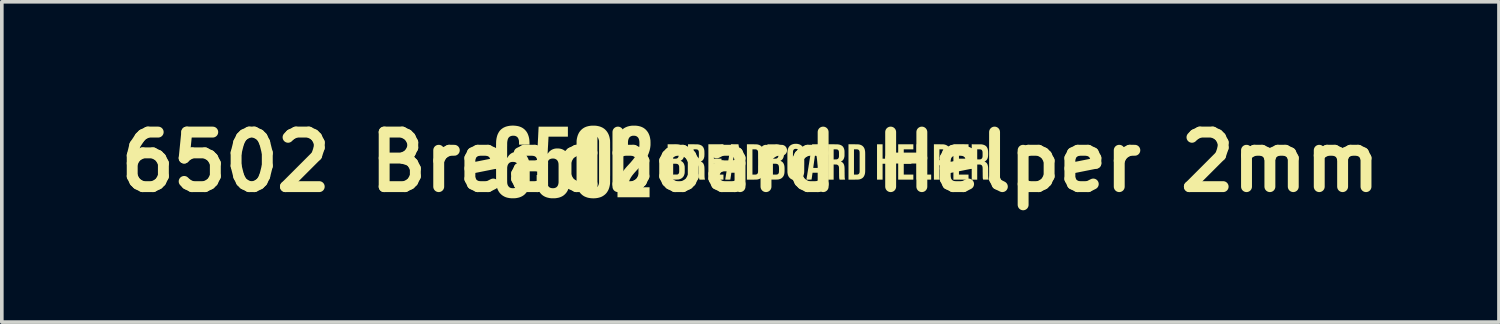
<source format=kicad_pcb>
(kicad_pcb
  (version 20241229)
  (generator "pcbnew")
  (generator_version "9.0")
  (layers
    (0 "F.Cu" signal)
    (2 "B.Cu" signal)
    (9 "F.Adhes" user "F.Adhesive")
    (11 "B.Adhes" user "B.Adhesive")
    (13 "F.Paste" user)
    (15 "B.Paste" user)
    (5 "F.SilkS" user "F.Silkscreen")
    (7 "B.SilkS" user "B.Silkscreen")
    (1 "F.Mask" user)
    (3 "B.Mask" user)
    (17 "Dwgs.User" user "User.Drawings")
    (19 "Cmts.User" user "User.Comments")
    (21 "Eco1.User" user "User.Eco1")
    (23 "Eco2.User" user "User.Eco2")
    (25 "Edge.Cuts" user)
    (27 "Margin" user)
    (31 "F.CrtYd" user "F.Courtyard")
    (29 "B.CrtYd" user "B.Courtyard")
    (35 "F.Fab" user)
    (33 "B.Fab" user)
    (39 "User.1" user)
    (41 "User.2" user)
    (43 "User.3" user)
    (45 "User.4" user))
  (footprint "6502 Breadboard Helper 2mm"
    (layer "F.Cu")
    (at 17.586 1.404)
    (property "Reference" "6502 Breadboard Helper 2mm" (at 0 0 0) (layer "F.SilkS") (effects (font (size 1.5 1.5) (thickness 0.3))))
    (attr board_only exclude_from_pos_files exclude_from_bom)
    (fp_poly (pts (xy 4.721 -0.069) (xy 4.721 0.347) (xy 4.846 0.347) (xy 4.971 0.347) (xy 4.971 0.416) (xy 4.971 0.486) (xy 4.77 0.486) (xy 4.569 0.486) (xy 4.569 0) (xy 4.569 -0.486) (xy 4.645 -0.486) (xy 4.721 -0.486)) (stroke (width 0) (type solid)) (fill yes) (layer "F.SilkS"))
    (fp_poly (pts (xy -0.741 -0.416) (xy -0.741 -0.347) (xy -0.873 -0.347) (xy -1.005 -0.347) (xy -1.005 -0.219) (xy -1.004 -0.091) (xy -0.9 -0.09) (xy -0.795 -0.09) (xy -0.795 -0.02) (xy -0.795 0.049) (xy -0.9 0.049) (xy -1.005 0.049) (xy -1.005 0.198) (xy -1.005 0.347) (xy -0.873 0.347) (xy -0.741 0.347) (xy -0.741 0.416) (xy -0.741 0.486) (xy -0.948 0.486) (xy -1.156 0.486) (xy -1.156 0) (xy -1.156 -0.486) (xy -0.948 -0.486) (xy -0.741 -0.486)) (stroke (width 0) (type solid)) (fill yes) (layer "F.SilkS"))
    (fp_poly (pts (xy 3.635 -0.288) (xy 3.635 -0.09) (xy 3.717 -0.09) (xy 3.799 -0.09) (xy 3.799 -0.288) (xy 3.799 -0.486) (xy 3.875 -0.486) (xy 3.951 -0.486) (xy 3.951 0) (xy 3.951 0.486) (xy 3.875 0.486) (xy 3.799 0.486) (xy 3.799 0.267) (xy 3.799 0.049) (xy 3.717 0.049) (xy 3.635 0.049) (xy 3.635 0.267) (xy 3.635 0.486) (xy 3.558 0.486) (xy 3.482 0.486) (xy 3.482 0) (xy 3.482 -0.486) (xy 3.558 -0.486) (xy 3.635 -0.486)) (stroke (width 0) (type solid)) (fill yes) (layer "F.SilkS"))
    (fp_poly (pts (xy 4.481 -0.416) (xy 4.481 -0.347) (xy 4.349 -0.347) (xy 4.217 -0.347) (xy 4.217 -0.218) (xy 4.217 -0.09) (xy 4.322 -0.09) (xy 4.427 -0.09) (xy 4.427 -0.02) (xy 4.427 0.049) (xy 4.322 0.049) (xy 4.217 0.049) (xy 4.217 0.198) (xy 4.217 0.347) (xy 4.349 0.347) (xy 4.481 0.347) (xy 4.481 0.416) (xy 4.481 0.486) (xy 4.273 0.486) (xy 4.064 0.486) (xy 4.064 0) (xy 4.064 -0.486) (xy 4.273 -0.486) (xy 4.481 -0.486)) (stroke (width 0) (type solid)) (fill yes) (layer "F.SilkS"))
    (fp_poly (pts (xy 5.998 -0.417) (xy 5.998 -0.348) (xy 5.866 -0.347) (xy 5.735 -0.347) (xy 5.735 -0.218) (xy 5.735 -0.09) (xy 5.839 -0.09) (xy 5.944 -0.09) (xy 5.944 -0.021) (xy 5.943 0.048) (xy 5.839 0.049) (xy 5.735 0.049) (xy 5.735 0.198) (xy 5.735 0.347) (xy 5.866 0.347) (xy 5.998 0.348) (xy 5.998 0.417) (xy 5.999 0.486) (xy 5.79 0.486) (xy 5.582 0.486) (xy 5.582 0) (xy 5.582 -0.486) (xy 5.79 -0.486) (xy 5.999 -0.486)) (stroke (width 0) (type solid)) (fill yes) (layer "F.SilkS"))
    (fp_poly (pts (xy 5.193 -0.486) (xy 5.216 -0.486) (xy 5.236 -0.485) (xy 5.254 -0.485) (xy 5.27 -0.485) (xy 5.284 -0.485) (xy 5.295 -0.485) (xy 5.303 -0.484) (xy 5.308 -0.484) (xy 5.308 -0.484) (xy 5.335 -0.48) (xy 5.359 -0.474) (xy 5.381 -0.466) (xy 5.401 -0.456) (xy 5.419 -0.445) (xy 5.435 -0.431) (xy 5.441 -0.424) (xy 5.455 -0.407) (xy 5.467 -0.388) (xy 5.477 -0.367) (xy 5.485 -0.344) (xy 5.492 -0.318) (xy 5.494 -0.308) (xy 5.494 -0.304) (xy 5.495 -0.299) (xy 5.495 -0.293) (xy 5.496 -0.285) (xy 5.496 -0.276) (xy 5.496 -0.266) (xy 5.497 -0.253) (xy 5.497 -0.237) (xy 5.497 -0.218) (xy 5.497 -0.21) (xy 5.497 -0.185) (xy 5.497 -0.164) (xy 5.497 -0.145) (xy 5.497 -0.129) (xy 5.496 -0.114) (xy 5.495 -0.101) (xy 5.494 -0.09) (xy 5.492 -0.079) (xy 5.49 -0.069) (xy 5.488 -0.06) (xy 5.485 -0.05) (xy 5.482 -0.041) (xy 5.474 -0.021) (xy 5.465 -0.004) (xy 5.455 0.012) (xy 5.442 0.027) (xy 5.435 0.034) (xy 5.42 0.048) (xy 5.403 0.059) (xy 5.385 0.068) (xy 5.365 0.076) (xy 5.355 0.079) (xy 5.347 0.082) (xy 5.339 0.083) (xy 5.332 0.085) (xy 5.324 0.086) (xy 5.315 0.087) (xy 5.306 0.088) (xy 5.294 0.088) (xy 5.28 0.089) (xy 5.264 0.089) (xy 5.256 0.089) (xy 5.198 0.09) (xy 5.198 0.288) (xy 5.198 0.486) (xy 5.122 0.486) (xy 5.046 0.486) (xy 5.046 0) (xy 5.046 -0.198) (xy 5.198 -0.198) (xy 5.198 -0.049) (xy 5.243 -0.049) (xy 5.258 -0.049) (xy 5.271 -0.049) (xy 5.281 -0.05) (xy 5.288 -0.05) (xy 5.293 -0.051) (xy 5.296 -0.051) (xy 5.309 -0.056) (xy 5.32 -0.063) (xy 5.329 -0.073) (xy 5.336 -0.084) (xy 5.341 -0.099) (xy 5.343 -0.106) (xy 5.343 -0.111) (xy 5.344 -0.12) (xy 5.345 -0.131) (xy 5.345 -0.144) (xy 5.345 -0.158) (xy 5.345 -0.174) (xy 5.346 -0.19) (xy 5.346 -0.206) (xy 5.345 -0.223) (xy 5.345 -0.238) (xy 5.345 -0.253) (xy 5.345 -0.266) (xy 5.344 -0.276) (xy 5.343 -0.285) (xy 5.343 -0.29) (xy 5.339 -0.305) (xy 5.333 -0.318) (xy 5.326 -0.328) (xy 5.316 -0.336) (xy 5.304 -0.342) (xy 5.298 -0.344) (xy 5.295 -0.345) (xy 5.291 -0.345) (xy 5.286 -0.346) (xy 5.281 -0.346) (xy 5.274 -0.347) (xy 5.265 -0.347) (xy 5.253 -0.347) (xy 5.243 -0.347) (xy 5.198 -0.347) (xy 5.198 -0.198) (xy 5.046 -0.198) (xy 5.046 -0.486) (xy 5.17 -0.486)) (stroke (width 0) (type solid)) (fill yes) (layer "F.SilkS"))
    (fp_poly (pts (xy 2.851 -0.486) (xy 2.875 -0.486) (xy 2.895 -0.485) (xy 2.913 -0.485) (xy 2.929 -0.485) (xy 2.943 -0.485) (xy 2.955 -0.484) (xy 2.965 -0.484) (xy 2.974 -0.483) (xy 2.982 -0.482) (xy 2.989 -0.481) (xy 2.996 -0.48) (xy 3.003 -0.478) (xy 3.01 -0.476) (xy 3.017 -0.474) (xy 3.021 -0.473) (xy 3.031 -0.469) (xy 3.042 -0.465) (xy 3.053 -0.46) (xy 3.063 -0.454) (xy 3.071 -0.449) (xy 3.075 -0.447) (xy 3.093 -0.431) (xy 3.109 -0.414) (xy 3.122 -0.395) (xy 3.133 -0.374) (xy 3.142 -0.351) (xy 3.148 -0.325) (xy 3.153 -0.298) (xy 3.156 -0.268) (xy 3.156 -0.262) (xy 3.156 -0.253) (xy 3.156 -0.241) (xy 3.157 -0.226) (xy 3.157 -0.209) (xy 3.157 -0.19) (xy 3.157 -0.169) (xy 3.157 -0.146) (xy 3.157 -0.122) (xy 3.157 -0.096) (xy 3.157 -0.07) (xy 3.157 -0.043) (xy 3.157 -0.016) (xy 3.157 0.011) (xy 3.157 0.039) (xy 3.157 0.066) (xy 3.157 0.092) (xy 3.157 0.117) (xy 3.157 0.142) (xy 3.157 0.165) (xy 3.157 0.186) (xy 3.157 0.206) (xy 3.157 0.223) (xy 3.156 0.238) (xy 3.156 0.251) (xy 3.156 0.261) (xy 3.156 0.267) (xy 3.156 0.268) (xy 3.153 0.3) (xy 3.148 0.329) (xy 3.14 0.355) (xy 3.13 0.379) (xy 3.118 0.401) (xy 3.104 0.42) (xy 3.087 0.437) (xy 3.068 0.451) (xy 3.046 0.463) (xy 3.023 0.472) (xy 2.999 0.479) (xy 2.994 0.48) (xy 2.988 0.481) (xy 2.982 0.482) (xy 2.975 0.483) (xy 2.968 0.484) (xy 2.96 0.484) (xy 2.95 0.485) (xy 2.939 0.485) (xy 2.926 0.485) (xy 2.91 0.485) (xy 2.893 0.485) (xy 2.873 0.486) (xy 2.849 0.486) (xy 2.825 0.486) (xy 2.697 0.486) (xy 2.697 0) (xy 2.848 0) (xy 2.848 0.347) (xy 2.895 0.347) (xy 2.91 0.347) (xy 2.923 0.347) (xy 2.933 0.346) (xy 2.941 0.346) (xy 2.946 0.345) (xy 2.95 0.345) (xy 2.951 0.344) (xy 2.965 0.339) (xy 2.976 0.332) (xy 2.986 0.323) (xy 2.993 0.31) (xy 2.999 0.296) (xy 3.001 0.287) (xy 3.002 0.285) (xy 3.002 0.283) (xy 3.002 0.28) (xy 3.003 0.277) (xy 3.003 0.273) (xy 3.003 0.268) (xy 3.003 0.262) (xy 3.004 0.255) (xy 3.004 0.246) (xy 3.004 0.236) (xy 3.004 0.225) (xy 3.004 0.211) (xy 3.004 0.195) (xy 3.004 0.177) (xy 3.004 0.157) (xy 3.004 0.134) (xy 3.004 0.109) (xy 3.004 0.08) (xy 3.004 0.049) (xy 3.004 0.015) (xy 3.004 0) (xy 3.004 -0.036) (xy 3.004 -0.068) (xy 3.004 -0.098) (xy 3.004 -0.124) (xy 3.004 -0.148) (xy 3.004 -0.169) (xy 3.004 -0.188) (xy 3.004 -0.205) (xy 3.004 -0.219) (xy 3.004 -0.232) (xy 3.004 -0.243) (xy 3.004 -0.252) (xy 3.003 -0.259) (xy 3.003 -0.266) (xy 3.003 -0.271) (xy 3.003 -0.275) (xy 3.003 -0.279) (xy 3.002 -0.282) (xy 3.002 -0.284) (xy 3.001 -0.286) (xy 3.001 -0.287) (xy 2.997 -0.303) (xy 2.99 -0.316) (xy 2.982 -0.327) (xy 2.971 -0.336) (xy 2.958 -0.342) (xy 2.951 -0.344) (xy 2.947 -0.345) (xy 2.941 -0.346) (xy 2.934 -0.346) (xy 2.924 -0.347) (xy 2.911 -0.347) (xy 2.896 -0.347) (xy 2.895 -0.347) (xy 2.848 -0.347) (xy 2.848 0) (xy 2.697 0) (xy 2.697 -0.486) (xy 2.825 -0.486)) (stroke (width 0) (type solid)) (fill yes) (layer "F.SilkS"))
    (fp_poly (pts (xy 0.058 -0.486) (xy 0.081 -0.486) (xy 0.101 -0.486) (xy 0.118 -0.485) (xy 0.133 -0.485) (xy 0.146 -0.485) (xy 0.158 -0.485) (xy 0.167 -0.484) (xy 0.176 -0.483) (xy 0.183 -0.483) (xy 0.19 -0.482) (xy 0.196 -0.481) (xy 0.202 -0.48) (xy 0.208 -0.478) (xy 0.215 -0.477) (xy 0.215 -0.477) (xy 0.24 -0.469) (xy 0.263 -0.458) (xy 0.284 -0.445) (xy 0.302 -0.43) (xy 0.318 -0.412) (xy 0.331 -0.392) (xy 0.342 -0.369) (xy 0.351 -0.344) (xy 0.358 -0.317) (xy 0.359 -0.313) (xy 0.359 -0.309) (xy 0.36 -0.305) (xy 0.361 -0.3) (xy 0.361 -0.295) (xy 0.362 -0.289) (xy 0.362 -0.283) (xy 0.362 -0.276) (xy 0.363 -0.267) (xy 0.363 -0.257) (xy 0.363 -0.246) (xy 0.363 -0.233) (xy 0.363 -0.219) (xy 0.363 -0.202) (xy 0.364 -0.183) (xy 0.364 -0.162) (xy 0.364 -0.139) (xy 0.364 -0.113) (xy 0.364 -0.085) (xy 0.364 -0.053) (xy 0.363 -0.018) (xy 0.363 0.014) (xy 0.363 0.05) (xy 0.363 0.082) (xy 0.363 0.112) (xy 0.363 0.139) (xy 0.363 0.163) (xy 0.363 0.185) (xy 0.363 0.204) (xy 0.363 0.221) (xy 0.363 0.236) (xy 0.362 0.249) (xy 0.362 0.26) (xy 0.362 0.269) (xy 0.362 0.277) (xy 0.362 0.284) (xy 0.362 0.29) (xy 0.361 0.294) (xy 0.361 0.298) (xy 0.361 0.301) (xy 0.36 0.304) (xy 0.36 0.307) (xy 0.36 0.309) (xy 0.359 0.311) (xy 0.353 0.336) (xy 0.347 0.358) (xy 0.339 0.378) (xy 0.329 0.396) (xy 0.318 0.412) (xy 0.309 0.422) (xy 0.293 0.438) (xy 0.275 0.451) (xy 0.256 0.462) (xy 0.234 0.471) (xy 0.215 0.477) (xy 0.209 0.478) (xy 0.203 0.48) (xy 0.197 0.481) (xy 0.19 0.482) (xy 0.184 0.483) (xy 0.176 0.483) (xy 0.168 0.484) (xy 0.158 0.485) (xy 0.147 0.485) (xy 0.134 0.485) (xy 0.119 0.485) (xy 0.102 0.486) (xy 0.082 0.486) (xy 0.059 0.486) (xy 0.033 0.486) (xy 0.032 0.486) (xy -0.096 0.486) (xy -0.096 0) (xy 0.056 0) (xy 0.056 0.347) (xy 0.103 0.347) (xy 0.117 0.347) (xy 0.128 0.347) (xy 0.137 0.347) (xy 0.144 0.346) (xy 0.149 0.346) (xy 0.153 0.345) (xy 0.157 0.344) (xy 0.161 0.343) (xy 0.174 0.338) (xy 0.186 0.331) (xy 0.195 0.321) (xy 0.202 0.308) (xy 0.207 0.293) (xy 0.21 0.282) (xy 0.21 0.279) (xy 0.21 0.273) (xy 0.21 0.263) (xy 0.211 0.252) (xy 0.211 0.237) (xy 0.211 0.221) (xy 0.211 0.202) (xy 0.211 0.182) (xy 0.211 0.16) (xy 0.211 0.136) (xy 0.211 0.112) (xy 0.212 0.086) (xy 0.212 0.06) (xy 0.212 0.033) (xy 0.212 0.006) (xy 0.212 -0.021) (xy 0.212 -0.048) (xy 0.212 -0.074) (xy 0.211 -0.1) (xy 0.211 -0.125) (xy 0.211 -0.149) (xy 0.211 -0.172) (xy 0.211 -0.193) (xy 0.211 -0.213) (xy 0.211 -0.231) (xy 0.211 -0.246) (xy 0.21 -0.259) (xy 0.21 -0.27) (xy 0.21 -0.277) (xy 0.21 -0.282) (xy 0.21 -0.283) (xy 0.205 -0.3) (xy 0.199 -0.313) (xy 0.192 -0.325) (xy 0.182 -0.333) (xy 0.17 -0.34) (xy 0.161 -0.343) (xy 0.158 -0.344) (xy 0.154 -0.345) (xy 0.15 -0.346) (xy 0.145 -0.346) (xy 0.138 -0.347) (xy 0.129 -0.347) (xy 0.118 -0.347) (xy 0.104 -0.347) (xy 0.103 -0.347) (xy 0.056 -0.347) (xy 0.056 0) (xy -0.096 0) (xy -0.096 -0.486) (xy 0.032 -0.486)) (stroke (width 0) (type solid)) (fill yes) (layer "F.SilkS"))
    (fp_poly (pts (xy -1.566 -0.486) (xy -1.543 -0.486) (xy -1.522 -0.485) (xy -1.504 -0.485) (xy -1.487 -0.485) (xy -1.473 -0.485) (xy -1.462 -0.485) (xy -1.454 -0.484) (xy -1.449 -0.484) (xy -1.449 -0.484) (xy -1.42 -0.48) (xy -1.394 -0.474) (xy -1.371 -0.465) (xy -1.35 -0.455) (xy -1.332 -0.443) (xy -1.316 -0.428) (xy -1.302 -0.412) (xy -1.291 -0.393) (xy -1.281 -0.371) (xy -1.277 -0.359) (xy -1.274 -0.349) (xy -1.271 -0.34) (xy -1.27 -0.331) (xy -1.268 -0.321) (xy -1.267 -0.311) (xy -1.266 -0.299) (xy -1.265 -0.285) (xy -1.265 -0.269) (xy -1.264 -0.25) (xy -1.264 -0.226) (xy -1.264 -0.205) (xy -1.265 -0.187) (xy -1.266 -0.171) (xy -1.267 -0.157) (xy -1.268 -0.145) (xy -1.27 -0.134) (xy -1.271 -0.132) (xy -1.278 -0.107) (xy -1.286 -0.085) (xy -1.297 -0.065) (xy -1.311 -0.048) (xy -1.326 -0.033) (xy -1.344 -0.021) (xy -1.35 -0.018) (xy -1.356 -0.015) (xy -1.36 -0.012) (xy -1.363 -0.01) (xy -1.363 -0.01) (xy -1.362 -0.008) (xy -1.358 -0.006) (xy -1.355 -0.005) (xy -1.337 0.003) (xy -1.321 0.014) (xy -1.308 0.025) (xy -1.302 0.033) (xy -1.292 0.048) (xy -1.283 0.067) (xy -1.276 0.087) (xy -1.27 0.109) (xy -1.268 0.121) (xy -1.267 0.129) (xy -1.266 0.137) (xy -1.265 0.146) (xy -1.265 0.155) (xy -1.264 0.165) (xy -1.264 0.177) (xy -1.263 0.19) (xy -1.263 0.205) (xy -1.263 0.222) (xy -1.262 0.241) (xy -1.262 0.264) (xy -1.262 0.289) (xy -1.262 0.292) (xy -1.262 0.319) (xy -1.262 0.343) (xy -1.262 0.363) (xy -1.262 0.382) (xy -1.261 0.397) (xy -1.261 0.411) (xy -1.26 0.423) (xy -1.259 0.433) (xy -1.258 0.442) (xy -1.257 0.45) (xy -1.256 0.457) (xy -1.254 0.463) (xy -1.252 0.469) (xy -1.25 0.474) (xy -1.249 0.479) (xy -1.247 0.483) (xy -1.247 0.484) (xy -1.249 0.485) (xy -1.253 0.485) (xy -1.261 0.485) (xy -1.271 0.485) (xy -1.282 0.485) (xy -1.296 0.486) (xy -1.311 0.486) (xy -1.324 0.486) (xy -1.401 0.486) (xy -1.405 0.473) (xy -1.406 0.468) (xy -1.407 0.464) (xy -1.409 0.459) (xy -1.409 0.455) (xy -1.41 0.45) (xy -1.411 0.444) (xy -1.412 0.438) (xy -1.412 0.431) (xy -1.413 0.422) (xy -1.413 0.412) (xy -1.413 0.4) (xy -1.414 0.386) (xy -1.414 0.369) (xy -1.414 0.35) (xy -1.414 0.328) (xy -1.414 0.304) (xy -1.415 0.294) (xy -1.415 0.268) (xy -1.415 0.246) (xy -1.415 0.227) (xy -1.415 0.21) (xy -1.416 0.196) (xy -1.416 0.184) (xy -1.416 0.174) (xy -1.416 0.166) (xy -1.417 0.159) (xy -1.417 0.153) (xy -1.417 0.149) (xy -1.418 0.145) (xy -1.418 0.142) (xy -1.419 0.139) (xy -1.419 0.136) (xy -1.424 0.119) (xy -1.43 0.106) (xy -1.438 0.095) (xy -1.448 0.086) (xy -1.46 0.079) (xy -1.475 0.073) (xy -1.475 0.073) (xy -1.479 0.072) (xy -1.486 0.071) (xy -1.496 0.071) (xy -1.508 0.07) (xy -1.523 0.07) (xy -1.563 0.069) (xy -1.563 0.277) (xy -1.563 0.486) (xy -1.64 0.486) (xy -1.716 0.486) (xy -1.716 0) (xy -1.716 -0.208) (xy -1.563 -0.208) (xy -1.563 -0.069) (xy -1.529 -0.069) (xy -1.515 -0.07) (xy -1.502 -0.07) (xy -1.492 -0.071) (xy -1.484 -0.072) (xy -1.482 -0.072) (xy -1.466 -0.076) (xy -1.452 -0.083) (xy -1.442 -0.09) (xy -1.435 -0.098) (xy -1.429 -0.108) (xy -1.424 -0.119) (xy -1.421 -0.128) (xy -1.42 -0.131) (xy -1.419 -0.135) (xy -1.419 -0.138) (xy -1.418 -0.142) (xy -1.418 -0.147) (xy -1.417 -0.153) (xy -1.417 -0.161) (xy -1.417 -0.171) (xy -1.417 -0.183) (xy -1.417 -0.199) (xy -1.417 -0.209) (xy -1.417 -0.228) (xy -1.417 -0.244) (xy -1.417 -0.257) (xy -1.418 -0.268) (xy -1.418 -0.277) (xy -1.419 -0.284) (xy -1.42 -0.291) (xy -1.422 -0.296) (xy -1.423 -0.301) (xy -1.425 -0.306) (xy -1.427 -0.311) (xy -1.434 -0.322) (xy -1.444 -0.332) (xy -1.456 -0.34) (xy -1.47 -0.345) (xy -1.471 -0.345) (xy -1.474 -0.346) (xy -1.481 -0.346) (xy -1.49 -0.346) (xy -1.5 -0.347) (xy -1.512 -0.347) (xy -1.521 -0.347) (xy -1.563 -0.347) (xy -1.563 -0.208) (xy -1.716 -0.208) (xy -1.716 -0.486) (xy -1.591 -0.486)) (stroke (width 0) (type solid)) (fill yes) (layer "F.SilkS"))
    (fp_poly (pts (xy 0.605 -0.485) (xy 0.63 -0.485) (xy 0.653 -0.485) (xy 0.673 -0.485) (xy 0.69 -0.485) (xy 0.705 -0.484) (xy 0.717 -0.484) (xy 0.728 -0.484) (xy 0.738 -0.484) (xy 0.746 -0.483) (xy 0.753 -0.482) (xy 0.759 -0.482) (xy 0.764 -0.481) (xy 0.77 -0.48) (xy 0.775 -0.479) (xy 0.781 -0.477) (xy 0.787 -0.476) (xy 0.788 -0.475) (xy 0.811 -0.468) (xy 0.833 -0.458) (xy 0.852 -0.446) (xy 0.868 -0.432) (xy 0.883 -0.415) (xy 0.895 -0.396) (xy 0.905 -0.374) (xy 0.913 -0.35) (xy 0.919 -0.323) (xy 0.92 -0.316) (xy 0.921 -0.31) (xy 0.922 -0.303) (xy 0.922 -0.296) (xy 0.922 -0.287) (xy 0.923 -0.277) (xy 0.923 -0.264) (xy 0.923 -0.249) (xy 0.923 -0.242) (xy 0.923 -0.226) (xy 0.923 -0.214) (xy 0.923 -0.203) (xy 0.922 -0.195) (xy 0.922 -0.187) (xy 0.921 -0.181) (xy 0.921 -0.175) (xy 0.92 -0.169) (xy 0.919 -0.165) (xy 0.913 -0.139) (xy 0.905 -0.116) (xy 0.896 -0.096) (xy 0.884 -0.078) (xy 0.87 -0.062) (xy 0.854 -0.049) (xy 0.839 -0.041) (xy 0.833 -0.037) (xy 0.829 -0.035) (xy 0.826 -0.033) (xy 0.826 -0.032) (xy 0.827 -0.031) (xy 0.831 -0.029) (xy 0.837 -0.025) (xy 0.843 -0.022) (xy 0.861 -0.013) (xy 0.876 -0.002) (xy 0.89 0.011) (xy 0.901 0.026) (xy 0.905 0.031) (xy 0.915 0.049) (xy 0.923 0.069) (xy 0.93 0.091) (xy 0.935 0.115) (xy 0.937 0.139) (xy 0.938 0.147) (xy 0.938 0.159) (xy 0.939 0.172) (xy 0.939 0.188) (xy 0.939 0.204) (xy 0.939 0.22) (xy 0.939 0.236) (xy 0.939 0.251) (xy 0.938 0.265) (xy 0.938 0.277) (xy 0.937 0.285) (xy 0.934 0.315) (xy 0.928 0.341) (xy 0.92 0.366) (xy 0.909 0.388) (xy 0.896 0.407) (xy 0.881 0.425) (xy 0.88 0.426) (xy 0.865 0.44) (xy 0.848 0.452) (xy 0.83 0.462) (xy 0.809 0.47) (xy 0.787 0.477) (xy 0.768 0.481) (xy 0.765 0.482) (xy 0.762 0.482) (xy 0.758 0.483) (xy 0.754 0.483) (xy 0.75 0.483) (xy 0.744 0.484) (xy 0.738 0.484) (xy 0.729 0.484) (xy 0.72 0.484) (xy 0.708 0.485) (xy 0.694 0.485) (xy 0.678 0.485) (xy 0.659 0.485) (xy 0.638 0.485) (xy 0.613 0.485) (xy 0.609 0.485) (xy 0.467 0.486) (xy 0.467 0.198) (xy 0.619 0.198) (xy 0.619 0.347) (xy 0.671 0.347) (xy 0.686 0.347) (xy 0.698 0.347) (xy 0.708 0.347) (xy 0.715 0.346) (xy 0.721 0.346) (xy 0.726 0.346) (xy 0.73 0.345) (xy 0.734 0.344) (xy 0.736 0.343) (xy 0.749 0.339) (xy 0.76 0.332) (xy 0.769 0.323) (xy 0.776 0.311) (xy 0.781 0.297) (xy 0.783 0.291) (xy 0.784 0.286) (xy 0.784 0.278) (xy 0.785 0.267) (xy 0.786 0.255) (xy 0.786 0.241) (xy 0.786 0.227) (xy 0.787 0.211) (xy 0.787 0.196) (xy 0.787 0.182) (xy 0.786 0.168) (xy 0.786 0.156) (xy 0.786 0.146) (xy 0.785 0.144) (xy 0.783 0.123) (xy 0.779 0.106) (xy 0.774 0.091) (xy 0.767 0.079) (xy 0.758 0.069) (xy 0.748 0.062) (xy 0.735 0.056) (xy 0.721 0.052) (xy 0.717 0.051) (xy 0.711 0.05) (xy 0.704 0.05) (xy 0.695 0.049) (xy 0.684 0.049) (xy 0.67 0.049) (xy 0.664 0.049) (xy 0.619 0.049) (xy 0.619 0.198) (xy 0.467 0.198) (xy 0.467 0.000006) (xy 0.467 -0.218) (xy 0.619 -0.218) (xy 0.619 -0.089) (xy 0.66 -0.09) (xy 0.672 -0.091) (xy 0.684 -0.091) (xy 0.694 -0.092) (xy 0.702 -0.092) (xy 0.708 -0.093) (xy 0.71 -0.093) (xy 0.725 -0.098) (xy 0.739 -0.106) (xy 0.75 -0.116) (xy 0.758 -0.129) (xy 0.765 -0.144) (xy 0.768 -0.154) (xy 0.769 -0.161) (xy 0.77 -0.17) (xy 0.77 -0.181) (xy 0.771 -0.194) (xy 0.771 -0.208) (xy 0.771 -0.222) (xy 0.771 -0.237) (xy 0.77 -0.251) (xy 0.77 -0.263) (xy 0.769 -0.274) (xy 0.769 -0.283) (xy 0.768 -0.287) (xy 0.763 -0.304) (xy 0.756 -0.318) (xy 0.748 -0.328) (xy 0.738 -0.336) (xy 0.736 -0.337) (xy 0.731 -0.34) (xy 0.726 -0.342) (xy 0.721 -0.344) (xy 0.715 -0.345) (xy 0.708 -0.346) (xy 0.7 -0.346) (xy 0.689 -0.347) (xy 0.675 -0.347) (xy 0.665 -0.347) (xy 0.619 -0.347) (xy 0.619 -0.218) (xy 0.467 -0.218) (xy 0.467 -0.486)) (stroke (width 0) (type solid)) (fill yes) (layer "F.SilkS"))
    (fp_poly (pts (xy 1.908 -0.468) (xy 1.908 -0.464) (xy 1.91 -0.456) (xy 1.911 -0.446) (xy 1.913 -0.433) (xy 1.916 -0.417) (xy 1.919 -0.399) (xy 1.922 -0.379) (xy 1.926 -0.357) (xy 1.93 -0.333) (xy 1.934 -0.307) (xy 1.939 -0.279) (xy 1.943 -0.25) (xy 1.948 -0.22) (xy 1.953 -0.189) (xy 1.959 -0.156) (xy 1.964 -0.123) (xy 1.969 -0.089) (xy 1.975 -0.055) (xy 1.981 -0.021) (xy 1.986 0.014) (xy 1.992 0.048) (xy 1.997 0.083) (xy 2.003 0.117) (xy 2.008 0.15) (xy 2.014 0.183) (xy 2.019 0.215) (xy 2.024 0.246) (xy 2.029 0.276) (xy 2.033 0.304) (xy 2.038 0.331) (xy 2.042 0.357) (xy 2.046 0.38) (xy 2.049 0.402) (xy 2.052 0.421) (xy 2.055 0.438) (xy 2.058 0.453) (xy 2.06 0.465) (xy 2.061 0.475) (xy 2.062 0.481) (xy 2.063 0.484) (xy 2.063 0.485) (xy 2.061 0.485) (xy 2.056 0.485) (xy 2.049 0.485) (xy 2.039 0.485) (xy 2.027 0.485) (xy 2.014 0.486) (xy 1.999 0.486) (xy 1.987 0.486) (xy 1.971 0.486) (xy 1.956 0.486) (xy 1.943 0.485) (xy 1.932 0.485) (xy 1.922 0.485) (xy 1.915 0.485) (xy 1.911 0.484) (xy 1.91 0.484) (xy 1.91 0.482) (xy 1.909 0.477) (xy 1.908 0.47) (xy 1.907 0.46) (xy 1.905 0.448) (xy 1.904 0.435) (xy 1.902 0.421) (xy 1.899 0.406) (xy 1.897 0.391) (xy 1.895 0.376) (xy 1.893 0.361) (xy 1.891 0.347) (xy 1.889 0.334) (xy 1.887 0.323) (xy 1.886 0.313) (xy 1.885 0.306) (xy 1.884 0.302) (xy 1.884 0.301) (xy 1.883 0.296) (xy 1.796 0.296) (xy 1.709 0.296) (xy 1.708 0.302) (xy 1.708 0.305) (xy 1.707 0.311) (xy 1.706 0.319) (xy 1.704 0.329) (xy 1.702 0.341) (xy 1.7 0.355) (xy 1.698 0.369) (xy 1.696 0.384) (xy 1.694 0.4) (xy 1.692 0.415) (xy 1.69 0.429) (xy 1.688 0.443) (xy 1.686 0.455) (xy 1.684 0.466) (xy 1.683 0.474) (xy 1.682 0.48) (xy 1.682 0.483) (xy 1.682 0.484) (xy 1.681 0.484) (xy 1.677 0.485) (xy 1.67 0.485) (xy 1.661 0.485) (xy 1.649 0.485) (xy 1.634 0.486) (xy 1.615 0.486) (xy 1.611 0.486) (xy 1.54 0.486) (xy 1.544 0.461) (xy 1.545 0.457) (xy 1.546 0.45) (xy 1.548 0.44) (xy 1.55 0.427) (xy 1.552 0.411) (xy 1.555 0.393) (xy 1.559 0.372) (xy 1.563 0.349) (xy 1.567 0.324) (xy 1.571 0.296) (xy 1.576 0.267) (xy 1.581 0.236) (xy 1.586 0.203) (xy 1.592 0.169) (xy 1.593 0.162) (xy 1.728 0.162) (xy 1.729 0.163) (xy 1.733 0.163) (xy 1.739 0.164) (xy 1.748 0.164) (xy 1.761 0.164) (xy 1.776 0.164) (xy 1.795 0.164) (xy 1.796 0.164) (xy 1.811 0.164) (xy 1.825 0.164) (xy 1.837 0.164) (xy 1.848 0.164) (xy 1.856 0.163) (xy 1.862 0.163) (xy 1.864 0.163) (xy 1.865 0.163) (xy 1.864 0.161) (xy 1.864 0.155) (xy 1.863 0.147) (xy 1.861 0.137) (xy 1.859 0.124) (xy 1.857 0.108) (xy 1.855 0.091) (xy 1.852 0.072) (xy 1.849 0.052) (xy 1.846 0.03) (xy 1.843 0.007) (xy 1.84 -0.016) (xy 1.836 -0.04) (xy 1.833 -0.065) (xy 1.829 -0.089) (xy 1.826 -0.114) (xy 1.822 -0.138) (xy 1.819 -0.161) (xy 1.816 -0.184) (xy 1.812 -0.206) (xy 1.81 -0.226) (xy 1.807 -0.245) (xy 1.804 -0.262) (xy 1.802 -0.277) (xy 1.8 -0.29) (xy 1.799 -0.301) (xy 1.797 -0.309) (xy 1.797 -0.314) (xy 1.796 -0.316) (xy 1.796 -0.316) (xy 1.795 -0.316) (xy 1.794 -0.316) (xy 1.794 -0.314) (xy 1.793 -0.31) (xy 1.792 -0.302) (xy 1.791 -0.291) (xy 1.789 -0.279) (xy 1.787 -0.264) (xy 1.784 -0.247) (xy 1.782 -0.228) (xy 1.779 -0.208) (xy 1.776 -0.186) (xy 1.773 -0.163) (xy 1.769 -0.14) (xy 1.766 -0.116) (xy 1.763 -0.092) (xy 1.759 -0.067) (xy 1.756 -0.043) (xy 1.752 -0.018) (xy 1.749 0.005) (xy 1.746 0.028) (xy 1.743 0.05) (xy 1.74 0.07) (xy 1.737 0.089) (xy 1.735 0.107) (xy 1.733 0.122) (xy 1.731 0.135) (xy 1.73 0.146) (xy 1.729 0.154) (xy 1.728 0.16) (xy 1.728 0.162) (xy 1.728 0.162) (xy 1.593 0.162) (xy 1.598 0.134) (xy 1.603 0.097) (xy 1.61 0.06) (xy 1.616 0.021) (xy 1.622 -0.018) (xy 1.623 -0.025) (xy 1.698 -0.485) (xy 1.802 -0.485) (xy 1.905 -0.486)) (stroke (width 0) (type solid)) (fill yes) (layer "F.SilkS"))
    (fp_poly (pts (xy 2.287 -0.486) (xy 2.31 -0.486) (xy 2.33 -0.485) (xy 2.349 -0.485) (xy 2.366 -0.485) (xy 2.38 -0.485) (xy 2.391 -0.485) (xy 2.399 -0.484) (xy 2.404 -0.484) (xy 2.404 -0.484) (xy 2.433 -0.48) (xy 2.459 -0.474) (xy 2.482 -0.465) (xy 2.503 -0.455) (xy 2.521 -0.443) (xy 2.537 -0.429) (xy 2.551 -0.412) (xy 2.562 -0.393) (xy 2.572 -0.371) (xy 2.577 -0.356) (xy 2.579 -0.347) (xy 2.582 -0.339) (xy 2.583 -0.33) (xy 2.585 -0.322) (xy 2.586 -0.313) (xy 2.587 -0.304) (xy 2.587 -0.292) (xy 2.588 -0.28) (xy 2.588 -0.264) (xy 2.588 -0.246) (xy 2.588 -0.233) (xy 2.588 -0.215) (xy 2.588 -0.201) (xy 2.588 -0.189) (xy 2.588 -0.179) (xy 2.587 -0.171) (xy 2.587 -0.164) (xy 2.587 -0.159) (xy 2.586 -0.153) (xy 2.585 -0.148) (xy 2.584 -0.143) (xy 2.584 -0.143) (xy 2.578 -0.117) (xy 2.57 -0.094) (xy 2.56 -0.073) (xy 2.548 -0.055) (xy 2.534 -0.04) (xy 2.518 -0.027) (xy 2.503 -0.018) (xy 2.497 -0.015) (xy 2.492 -0.012) (xy 2.49 -0.01) (xy 2.489 -0.01) (xy 2.49 -0.008) (xy 2.493 -0.007) (xy 2.498 -0.005) (xy 2.505 -0.002) (xy 2.514 0.002) (xy 2.522 0.007) (xy 2.529 0.012) (xy 2.533 0.014) (xy 2.544 0.025) (xy 2.555 0.039) (xy 2.565 0.055) (xy 2.573 0.074) (xy 2.579 0.094) (xy 2.584 0.115) (xy 2.585 0.121) (xy 2.585 0.127) (xy 2.586 0.133) (xy 2.587 0.139) (xy 2.587 0.146) (xy 2.588 0.154) (xy 2.588 0.163) (xy 2.589 0.173) (xy 2.589 0.185) (xy 2.589 0.199) (xy 2.59 0.216) (xy 2.59 0.234) (xy 2.59 0.256) (xy 2.59 0.28) (xy 2.591 0.293) (xy 2.591 0.316) (xy 2.591 0.337) (xy 2.591 0.358) (xy 2.592 0.376) (xy 2.592 0.393) (xy 2.592 0.408) (xy 2.593 0.42) (xy 2.593 0.43) (xy 2.593 0.437) (xy 2.594 0.44) (xy 2.594 0.441) (xy 2.596 0.452) (xy 2.598 0.461) (xy 2.6 0.468) (xy 2.602 0.474) (xy 2.604 0.479) (xy 2.606 0.483) (xy 2.606 0.484) (xy 2.604 0.485) (xy 2.6 0.485) (xy 2.592 0.485) (xy 2.582 0.485) (xy 2.571 0.485) (xy 2.557 0.486) (xy 2.542 0.486) (xy 2.529 0.486) (xy 2.452 0.486) (xy 2.448 0.473) (xy 2.447 0.468) (xy 2.446 0.464) (xy 2.444 0.459) (xy 2.443 0.455) (xy 2.443 0.45) (xy 2.442 0.444) (xy 2.441 0.438) (xy 2.441 0.431) (xy 2.44 0.422) (xy 2.44 0.412) (xy 2.44 0.4) (xy 2.439 0.386) (xy 2.439 0.369) (xy 2.439 0.35) (xy 2.439 0.328) (xy 2.438 0.303) (xy 2.438 0.294) (xy 2.438 0.268) (xy 2.438 0.246) (xy 2.438 0.227) (xy 2.438 0.21) (xy 2.437 0.196) (xy 2.437 0.184) (xy 2.437 0.174) (xy 2.437 0.166) (xy 2.436 0.159) (xy 2.436 0.153) (xy 2.436 0.149) (xy 2.435 0.145) (xy 2.435 0.142) (xy 2.434 0.139) (xy 2.434 0.136) (xy 2.429 0.119) (xy 2.423 0.106) (xy 2.415 0.095) (xy 2.405 0.086) (xy 2.393 0.079) (xy 2.378 0.073) (xy 2.374 0.072) (xy 2.367 0.071) (xy 2.357 0.071) (xy 2.344 0.07) (xy 2.33 0.07) (xy 2.289 0.069) (xy 2.289 0.277) (xy 2.289 0.486) (xy 2.213 0.486) (xy 2.137 0.486) (xy 2.137 0) (xy 2.137 -0.208) (xy 2.289 -0.208) (xy 2.289 -0.069) (xy 2.33 -0.07) (xy 2.345 -0.07) (xy 2.357 -0.071) (xy 2.366 -0.071) (xy 2.373 -0.072) (xy 2.378 -0.073) (xy 2.379 -0.073) (xy 2.393 -0.078) (xy 2.404 -0.085) (xy 2.411 -0.09) (xy 2.418 -0.098) (xy 2.424 -0.108) (xy 2.429 -0.12) (xy 2.432 -0.128) (xy 2.433 -0.131) (xy 2.434 -0.135) (xy 2.434 -0.138) (xy 2.435 -0.142) (xy 2.435 -0.147) (xy 2.435 -0.153) (xy 2.436 -0.161) (xy 2.436 -0.171) (xy 2.436 -0.183) (xy 2.436 -0.199) (xy 2.436 -0.209) (xy 2.436 -0.228) (xy 2.436 -0.244) (xy 2.435 -0.257) (xy 2.435 -0.268) (xy 2.434 -0.277) (xy 2.434 -0.284) (xy 2.433 -0.291) (xy 2.431 -0.296) (xy 2.43 -0.301) (xy 2.428 -0.306) (xy 2.426 -0.311) (xy 2.419 -0.322) (xy 2.409 -0.332) (xy 2.397 -0.34) (xy 2.383 -0.345) (xy 2.382 -0.345) (xy 2.379 -0.346) (xy 2.372 -0.346) (xy 2.363 -0.346) (xy 2.353 -0.347) (xy 2.341 -0.347) (xy 2.332 -0.347) (xy 2.289 -0.347) (xy 2.289 -0.208) (xy 2.137 -0.208) (xy 2.137 -0.486) (xy 2.262 -0.486)) (stroke (width 0) (type solid)) (fill yes) (layer "F.SilkS"))
    (fp_poly (pts (xy -0.328 -0.481) (xy -0.327 -0.479) (xy -0.326 -0.474) (xy -0.325 -0.465) (xy -0.323 -0.454) (xy -0.321 -0.44) (xy -0.318 -0.424) (xy -0.315 -0.405) (xy -0.312 -0.384) (xy -0.308 -0.362) (xy -0.304 -0.337) (xy -0.3 -0.311) (xy -0.295 -0.283) (xy -0.29 -0.254) (xy -0.285 -0.223) (xy -0.28 -0.192) (xy -0.276 -0.164) (xy -0.27 -0.129) (xy -0.264 -0.093) (xy -0.258 -0.057) (xy -0.252 -0.02) (xy -0.246 0.017) (xy -0.241 0.053) (xy -0.235 0.089) (xy -0.229 0.124) (xy -0.224 0.158) (xy -0.218 0.19) (xy -0.213 0.22) (xy -0.209 0.248) (xy -0.205 0.274) (xy -0.201 0.296) (xy -0.198 0.315) (xy -0.194 0.338) (xy -0.191 0.36) (xy -0.187 0.382) (xy -0.184 0.402) (xy -0.181 0.42) (xy -0.178 0.436) (xy -0.176 0.451) (xy -0.174 0.463) (xy -0.173 0.472) (xy -0.172 0.479) (xy -0.171 0.483) (xy -0.171 0.483) (xy -0.172 0.484) (xy -0.174 0.484) (xy -0.177 0.485) (xy -0.183 0.485) (xy -0.19 0.485) (xy -0.201 0.485) (xy -0.213 0.486) (xy -0.229 0.486) (xy -0.247 0.486) (xy -0.322 0.486) (xy -0.336 0.391) (xy -0.35 0.297) (xy -0.437 0.297) (xy -0.458 0.296) (xy -0.477 0.296) (xy -0.493 0.297) (xy -0.505 0.297) (xy -0.515 0.297) (xy -0.521 0.297) (xy -0.524 0.298) (xy -0.525 0.298) (xy -0.525 0.3) (xy -0.525 0.305) (xy -0.527 0.312) (xy -0.528 0.323) (xy -0.53 0.335) (xy -0.532 0.349) (xy -0.534 0.364) (xy -0.536 0.381) (xy -0.538 0.392) (xy -0.541 0.409) (xy -0.543 0.426) (xy -0.545 0.44) (xy -0.547 0.454) (xy -0.549 0.465) (xy -0.55 0.474) (xy -0.551 0.481) (xy -0.552 0.484) (xy -0.552 0.485) (xy -0.553 0.485) (xy -0.558 0.485) (xy -0.565 0.485) (xy -0.575 0.486) (xy -0.587 0.486) (xy -0.6 0.486) (xy -0.614 0.486) (xy -0.622 0.486) (xy -0.639 0.486) (xy -0.654 0.486) (xy -0.666 0.485) (xy -0.675 0.485) (xy -0.682 0.485) (xy -0.686 0.485) (xy -0.69 0.484) (xy -0.691 0.484) (xy -0.692 0.483) (xy -0.692 0.483) (xy -0.692 0.481) (xy -0.691 0.476) (xy -0.69 0.468) (xy -0.688 0.459) (xy -0.687 0.448) (xy -0.685 0.436) (xy -0.685 0.435) (xy -0.684 0.429) (xy -0.682 0.42) (xy -0.68 0.408) (xy -0.678 0.393) (xy -0.675 0.376) (xy -0.672 0.355) (xy -0.668 0.333) (xy -0.664 0.308) (xy -0.66 0.282) (xy -0.655 0.253) (xy -0.65 0.222) (xy -0.645 0.19) (xy -0.641 0.164) (xy -0.506 0.164) (xy -0.438 0.164) (xy -0.369 0.164) (xy -0.369 0.16) (xy -0.369 0.158) (xy -0.37 0.152) (xy -0.371 0.144) (xy -0.372 0.133) (xy -0.374 0.12) (xy -0.376 0.104) (xy -0.379 0.087) (xy -0.382 0.068) (xy -0.384 0.047) (xy -0.388 0.025) (xy -0.391 0.003) (xy -0.394 -0.021) (xy -0.398 -0.045) (xy -0.401 -0.069) (xy -0.405 -0.094) (xy -0.408 -0.118) (xy -0.411 -0.142) (xy -0.415 -0.166) (xy -0.418 -0.188) (xy -0.421 -0.209) (xy -0.424 -0.23) (xy -0.427 -0.248) (xy -0.429 -0.265) (xy -0.431 -0.28) (xy -0.433 -0.292) (xy -0.435 -0.302) (xy -0.436 -0.31) (xy -0.437 -0.314) (xy -0.437 -0.316) (xy -0.439 -0.316) (xy -0.439 -0.316) (xy -0.439 -0.315) (xy -0.44 -0.31) (xy -0.441 -0.302) (xy -0.443 -0.291) (xy -0.445 -0.278) (xy -0.447 -0.262) (xy -0.449 -0.244) (xy -0.452 -0.225) (xy -0.455 -0.203) (xy -0.458 -0.18) (xy -0.462 -0.155) (xy -0.465 -0.129) (xy -0.469 -0.102) (xy -0.472 -0.081) (xy -0.476 -0.053) (xy -0.48 -0.026) (xy -0.483 -0.000456) (xy -0.487 0.024) (xy -0.49 0.047) (xy -0.493 0.069) (xy -0.496 0.089) (xy -0.498 0.106) (xy -0.5 0.122) (xy -0.502 0.135) (xy -0.503 0.145) (xy -0.504 0.153) (xy -0.505 0.157) (xy -0.505 0.159) (xy -0.506 0.164) (xy -0.641 0.164) (xy -0.639 0.157) (xy -0.634 0.122) (xy -0.628 0.087) (xy -0.622 0.05) (xy -0.616 0.012) (xy -0.61 -0.026) (xy -0.607 -0.044) (xy -0.601 -0.082) (xy -0.594 -0.119) (xy -0.589 -0.155) (xy -0.583 -0.19) (xy -0.577 -0.223) (xy -0.572 -0.255) (xy -0.567 -0.286) (xy -0.563 -0.315) (xy -0.558 -0.342) (xy -0.554 -0.367) (xy -0.55 -0.39) (xy -0.547 -0.411) (xy -0.544 -0.429) (xy -0.541 -0.445) (xy -0.539 -0.458) (xy -0.537 -0.468) (xy -0.536 -0.476) (xy -0.536 -0.48) (xy -0.535 -0.481) (xy -0.534 -0.486) (xy -0.431 -0.486) (xy -0.329 -0.486)) (stroke (width 0) (type solid)) (fill yes) (layer "F.SilkS"))
    (fp_poly (pts (xy 6.221 -0.485) (xy 6.246 -0.485) (xy 6.268 -0.485) (xy 6.287 -0.485) (xy 6.304 -0.485) (xy 6.318 -0.485) (xy 6.329 -0.484) (xy 6.339 -0.484) (xy 6.347 -0.484) (xy 6.354 -0.484) (xy 6.36 -0.483) (xy 6.364 -0.483) (xy 6.368 -0.482) (xy 6.371 -0.482) (xy 6.372 -0.482) (xy 6.399 -0.476) (xy 6.423 -0.468) (xy 6.445 -0.459) (xy 6.464 -0.447) (xy 6.48 -0.434) (xy 6.494 -0.419) (xy 6.506 -0.401) (xy 6.512 -0.39) (xy 6.519 -0.375) (xy 6.525 -0.358) (xy 6.53 -0.339) (xy 6.533 -0.319) (xy 6.536 -0.296) (xy 6.537 -0.272) (xy 6.538 -0.244) (xy 6.538 -0.213) (xy 6.538 -0.211) (xy 6.537 -0.188) (xy 6.536 -0.169) (xy 6.534 -0.152) (xy 6.532 -0.137) (xy 6.529 -0.123) (xy 6.525 -0.11) (xy 6.521 -0.098) (xy 6.52 -0.094) (xy 6.511 -0.076) (xy 6.499 -0.059) (xy 6.486 -0.044) (xy 6.471 -0.031) (xy 6.456 -0.02) (xy 6.446 -0.015) (xy 6.441 -0.012) (xy 6.439 -0.01) (xy 6.44 -0.008) (xy 6.443 -0.007) (xy 6.461 0.001) (xy 6.476 0.011) (xy 6.489 0.022) (xy 6.501 0.034) (xy 6.51 0.049) (xy 6.519 0.066) (xy 6.525 0.085) (xy 6.531 0.107) (xy 6.535 0.132) (xy 6.536 0.14) (xy 6.536 0.145) (xy 6.537 0.152) (xy 6.537 0.159) (xy 6.538 0.169) (xy 6.538 0.18) (xy 6.538 0.193) (xy 6.538 0.209) (xy 6.538 0.228) (xy 6.538 0.249) (xy 6.538 0.256) (xy 6.538 0.291) (xy 6.539 0.323) (xy 6.539 0.351) (xy 6.539 0.375) (xy 6.54 0.397) (xy 6.541 0.415) (xy 6.542 0.43) (xy 6.543 0.441) (xy 6.544 0.449) (xy 6.544 0.449) (xy 6.548 0.465) (xy 6.554 0.481) (xy 6.554 0.483) (xy 6.554 0.483) (xy 6.554 0.484) (xy 6.553 0.484) (xy 6.551 0.485) (xy 6.547 0.485) (xy 6.541 0.485) (xy 6.534 0.485) (xy 6.525 0.485) (xy 6.513 0.485) (xy 6.498 0.485) (xy 6.48 0.485) (xy 6.478 0.485) (xy 6.401 0.485) (xy 6.398 0.478) (xy 6.397 0.473) (xy 6.395 0.466) (xy 6.393 0.459) (xy 6.392 0.457) (xy 6.392 0.454) (xy 6.391 0.451) (xy 6.391 0.448) (xy 6.39 0.445) (xy 6.39 0.44) (xy 6.39 0.435) (xy 6.389 0.428) (xy 6.389 0.42) (xy 6.389 0.41) (xy 6.389 0.398) (xy 6.389 0.384) (xy 6.388 0.368) (xy 6.388 0.349) (xy 6.388 0.327) (xy 6.388 0.301) (xy 6.388 0.3) (xy 6.387 0.274) (xy 6.387 0.252) (xy 6.387 0.232) (xy 6.387 0.214) (xy 6.387 0.2) (xy 6.386 0.187) (xy 6.386 0.177) (xy 6.386 0.168) (xy 6.385 0.161) (xy 6.385 0.155) (xy 6.385 0.151) (xy 6.384 0.147) (xy 6.384 0.144) (xy 6.384 0.143) (xy 6.38 0.126) (xy 6.375 0.112) (xy 6.369 0.101) (xy 6.361 0.091) (xy 6.352 0.084) (xy 6.34 0.078) (xy 6.329 0.074) (xy 6.325 0.073) (xy 6.321 0.072) (xy 6.317 0.071) (xy 6.312 0.071) (xy 6.305 0.07) (xy 6.296 0.07) (xy 6.285 0.07) (xy 6.278 0.07) (xy 6.238 0.07) (xy 6.237 0.278) (xy 6.237 0.486) (xy 6.162 0.486) (xy 6.086 0.486) (xy 6.086 -0.000092) (xy 6.086 -0.209) (xy 6.237 -0.209) (xy 6.237 -0.188) (xy 6.237 -0.168) (xy 6.237 -0.149) (xy 6.237 -0.131) (xy 6.237 -0.115) (xy 6.238 -0.101) (xy 6.238 -0.09) (xy 6.238 -0.081) (xy 6.238 -0.074) (xy 6.238 -0.071) (xy 6.238 -0.07) (xy 6.24 -0.07) (xy 6.245 -0.07) (xy 6.252 -0.07) (xy 6.262 -0.07) (xy 6.272 -0.07) (xy 6.279 -0.07) (xy 6.293 -0.07) (xy 6.304 -0.071) (xy 6.312 -0.071) (xy 6.319 -0.072) (xy 6.324 -0.072) (xy 6.328 -0.073) (xy 6.328 -0.074) (xy 6.344 -0.08) (xy 6.356 -0.088) (xy 6.366 -0.098) (xy 6.374 -0.111) (xy 6.38 -0.126) (xy 6.382 -0.134) (xy 6.383 -0.14) (xy 6.384 -0.148) (xy 6.384 -0.159) (xy 6.385 -0.172) (xy 6.385 -0.187) (xy 6.385 -0.202) (xy 6.385 -0.217) (xy 6.385 -0.232) (xy 6.385 -0.247) (xy 6.384 -0.26) (xy 6.384 -0.271) (xy 6.383 -0.28) (xy 6.382 -0.286) (xy 6.382 -0.287) (xy 6.377 -0.303) (xy 6.371 -0.316) (xy 6.363 -0.328) (xy 6.353 -0.336) (xy 6.349 -0.338) (xy 6.344 -0.341) (xy 6.338 -0.343) (xy 6.333 -0.344) (xy 6.326 -0.345) (xy 6.318 -0.346) (xy 6.307 -0.347) (xy 6.295 -0.347) (xy 6.28 -0.347) (xy 6.237 -0.347) (xy 6.237 -0.209) (xy 6.086 -0.209) (xy 6.086 -0.486)) (stroke (width 0) (type solid)) (fill yes) (layer "F.SilkS"))
    (fp_poly (pts (xy -2.121 -0.486) (xy -2.097 -0.486) (xy -2.076 -0.485) (xy -2.057 -0.485) (xy -2.04 -0.485) (xy -2.026 -0.484) (xy -2.013 -0.484) (xy -2.002 -0.483) (xy -1.992 -0.482) (xy -1.984 -0.481) (xy -1.976 -0.48) (xy -1.968 -0.478) (xy -1.961 -0.477) (xy -1.954 -0.475) (xy -1.946 -0.472) (xy -1.943 -0.471) (xy -1.921 -0.462) (xy -1.901 -0.452) (xy -1.883 -0.438) (xy -1.867 -0.423) (xy -1.854 -0.406) (xy -1.843 -0.385) (xy -1.835 -0.363) (xy -1.828 -0.338) (xy -1.823 -0.31) (xy -1.823 -0.308) (xy -1.822 -0.299) (xy -1.822 -0.287) (xy -1.821 -0.273) (xy -1.821 -0.258) (xy -1.821 -0.243) (xy -1.821 -0.227) (xy -1.821 -0.213) (xy -1.822 -0.2) (xy -1.822 -0.189) (xy -1.822 -0.185) (xy -1.826 -0.158) (xy -1.832 -0.133) (xy -1.84 -0.111) (xy -1.85 -0.092) (xy -1.854 -0.086) (xy -1.865 -0.072) (xy -1.879 -0.059) (xy -1.894 -0.047) (xy -1.909 -0.038) (xy -1.911 -0.037) (xy -1.915 -0.035) (xy -1.918 -0.033) (xy -1.918 -0.032) (xy -1.917 -0.03) (xy -1.913 -0.028) (xy -1.907 -0.026) (xy -1.905 -0.025) (xy -1.886 -0.015) (xy -1.868 -0.002) (xy -1.853 0.013) (xy -1.84 0.03) (xy -1.829 0.05) (xy -1.82 0.073) (xy -1.813 0.098) (xy -1.809 0.113) (xy -1.809 0.117) (xy -1.808 0.121) (xy -1.808 0.126) (xy -1.807 0.132) (xy -1.807 0.139) (xy -1.807 0.147) (xy -1.807 0.157) (xy -1.806 0.169) (xy -1.806 0.184) (xy -1.806 0.202) (xy -1.806 0.212) (xy -1.806 0.232) (xy -1.806 0.248) (xy -1.806 0.262) (xy -1.807 0.273) (xy -1.807 0.282) (xy -1.807 0.29) (xy -1.807 0.296) (xy -1.808 0.301) (xy -1.808 0.306) (xy -1.809 0.31) (xy -1.809 0.312) (xy -1.814 0.335) (xy -1.821 0.356) (xy -1.828 0.375) (xy -1.837 0.392) (xy -1.849 0.408) (xy -1.849 0.409) (xy -1.864 0.426) (xy -1.882 0.442) (xy -1.902 0.455) (xy -1.925 0.466) (xy -1.95 0.475) (xy -1.976 0.481) (xy -1.979 0.482) (xy -1.982 0.482) (xy -1.986 0.483) (xy -1.99 0.483) (xy -1.995 0.483) (xy -2 0.484) (xy -2.007 0.484) (xy -2.015 0.484) (xy -2.025 0.484) (xy -2.037 0.485) (xy -2.051 0.485) (xy -2.067 0.485) (xy -2.086 0.485) (xy -2.108 0.485) (xy -2.133 0.485) (xy -2.135 0.485) (xy -2.276 0.486) (xy -2.276 0.198) (xy -2.124 0.198) (xy -2.124 0.347) (xy -2.068 0.346) (xy -2.052 0.346) (xy -2.04 0.346) (xy -2.029 0.346) (xy -2.021 0.345) (xy -2.015 0.345) (xy -2.011 0.345) (xy -2.007 0.344) (xy -2.004 0.343) (xy -2.004 0.343) (xy -1.991 0.337) (xy -1.98 0.328) (xy -1.971 0.317) (xy -1.965 0.304) (xy -1.965 0.304) (xy -1.963 0.298) (xy -1.962 0.293) (xy -1.96 0.287) (xy -1.96 0.281) (xy -1.959 0.273) (xy -1.958 0.265) (xy -1.958 0.254) (xy -1.958 0.241) (xy -1.958 0.226) (xy -1.958 0.208) (xy -1.958 0.197) (xy -1.958 0.179) (xy -1.959 0.164) (xy -1.959 0.152) (xy -1.959 0.142) (xy -1.96 0.134) (xy -1.96 0.128) (xy -1.96 0.123) (xy -1.961 0.119) (xy -1.962 0.115) (xy -1.962 0.114) (xy -1.967 0.097) (xy -1.975 0.083) (xy -1.984 0.071) (xy -1.995 0.063) (xy -2.001 0.059) (xy -2.007 0.056) (xy -2.014 0.054) (xy -2.02 0.052) (xy -2.027 0.051) (xy -2.036 0.05) (xy -2.046 0.05) (xy -2.059 0.049) (xy -2.074 0.049) (xy -2.079 0.049) (xy -2.124 0.049) (xy -2.124 0.198) (xy -2.276 0.198) (xy -2.276 0.000081) (xy -2.276 -0.218) (xy -2.124 -0.218) (xy -2.124 -0.089) (xy -2.083 -0.09) (xy -2.067 -0.091) (xy -2.055 -0.091) (xy -2.045 -0.092) (xy -2.038 -0.093) (xy -2.033 -0.093) (xy -2.032 -0.094) (xy -2.016 -0.099) (xy -2.004 -0.107) (xy -1.993 -0.117) (xy -1.985 -0.129) (xy -1.979 -0.144) (xy -1.978 -0.146) (xy -1.977 -0.15) (xy -1.976 -0.154) (xy -1.975 -0.158) (xy -1.975 -0.163) (xy -1.974 -0.168) (xy -1.974 -0.176) (xy -1.974 -0.185) (xy -1.974 -0.197) (xy -1.973 -0.211) (xy -1.973 -0.212) (xy -1.973 -0.23) (xy -1.973 -0.246) (xy -1.973 -0.259) (xy -1.974 -0.269) (xy -1.975 -0.279) (xy -1.976 -0.287) (xy -1.978 -0.294) (xy -1.98 -0.3) (xy -1.98 -0.301) (xy -1.986 -0.315) (xy -1.995 -0.327) (xy -2.006 -0.336) (xy -2.017 -0.342) (xy -2.02 -0.343) (xy -2.023 -0.344) (xy -2.026 -0.345) (xy -2.03 -0.345) (xy -2.036 -0.346) (xy -2.043 -0.346) (xy -2.053 -0.346) (xy -2.065 -0.346) (xy -2.075 -0.347) (xy -2.124 -0.347) (xy -2.124 -0.218) (xy -2.276 -0.218) (xy -2.276 -0.486) (xy -2.149 -0.486)) (stroke (width 0) (type solid)) (fill yes) (layer "F.SilkS"))
    (fp_poly (pts (xy -3.181 -0.999) (xy -3.166 -0.999) (xy -3.152 -0.998) (xy -3.141 -0.997) (xy -3.135 -0.997) (xy -3.1 -0.992) (xy -3.067 -0.986) (xy -3.036 -0.978) (xy -3.007 -0.969) (xy -2.979 -0.957) (xy -2.964 -0.95) (xy -2.938 -0.936) (xy -2.914 -0.919) (xy -2.891 -0.901) (xy -2.868 -0.879) (xy -2.867 -0.878) (xy -2.845 -0.852) (xy -2.824 -0.824) (xy -2.806 -0.794) (xy -2.791 -0.762) (xy -2.777 -0.727) (xy -2.766 -0.69) (xy -2.758 -0.65) (xy -2.751 -0.608) (xy -2.75 -0.603) (xy -2.749 -0.592) (xy -2.748 -0.579) (xy -2.748 -0.563) (xy -2.747 -0.546) (xy -2.747 -0.529) (xy -2.747 -0.511) (xy -2.747 -0.495) (xy -2.747 -0.479) (xy -2.747 -0.466) (xy -2.748 -0.455) (xy -2.748 -0.455) (xy -2.753 -0.408) (xy -2.761 -0.363) (xy -2.771 -0.319) (xy -2.785 -0.275) (xy -2.8 -0.231) (xy -2.819 -0.188) (xy -2.841 -0.144) (xy -2.865 -0.101) (xy -2.893 -0.057) (xy -2.924 -0.012) (xy -2.929 -0.004) (xy -2.946 0.018) (xy -2.963 0.04) (xy -2.98 0.062) (xy -2.999 0.085) (xy -3.018 0.108) (xy -3.038 0.131) (xy -3.06 0.156) (xy -3.084 0.183) (xy -3.111 0.212) (xy -3.116 0.217) (xy -3.135 0.238) (xy -3.152 0.257) (xy -3.167 0.274) (xy -3.181 0.289) (xy -3.193 0.303) (xy -3.204 0.316) (xy -3.215 0.329) (xy -3.225 0.341) (xy -3.235 0.354) (xy -3.245 0.366) (xy -3.251 0.374) (xy -3.266 0.396) (xy -3.281 0.418) (xy -3.295 0.441) (xy -3.307 0.464) (xy -3.318 0.486) (xy -3.327 0.506) (xy -3.329 0.513) (xy -3.338 0.539) (xy -3.344 0.564) (xy -3.348 0.59) (xy -3.351 0.617) (xy -3.353 0.646) (xy -3.353 0.657) (xy -3.353 0.695) (xy -3.063 0.695) (xy -2.773 0.695) (xy -2.773 0.833) (xy -2.773 0.971) (xy -3.214 0.971) (xy -3.655 0.971) (xy -3.655 0.842) (xy -3.655 0.821) (xy -3.655 0.8) (xy -3.655 0.78) (xy -3.655 0.761) (xy -3.654 0.743) (xy -3.654 0.727) (xy -3.654 0.714) (xy -3.654 0.702) (xy -3.653 0.694) (xy -3.653 0.689) (xy -3.649 0.641) (xy -3.643 0.595) (xy -3.635 0.552) (xy -3.626 0.511) (xy -3.614 0.471) (xy -3.6 0.433) (xy -3.584 0.396) (xy -3.566 0.359) (xy -3.545 0.322) (xy -3.536 0.308) (xy -3.522 0.285) (xy -3.506 0.262) (xy -3.49 0.239) (xy -3.472 0.216) (xy -3.454 0.193) (xy -3.434 0.169) (xy -3.412 0.143) (xy -3.388 0.116) (xy -3.361 0.087) (xy -3.354 0.079) (xy -3.336 0.06) (xy -3.32 0.042) (xy -3.305 0.026) (xy -3.292 0.011) (xy -3.28 -0.004) (xy -3.268 -0.017) (xy -3.259 -0.028) (xy -3.229 -0.064) (xy -3.202 -0.099) (xy -3.178 -0.133) (xy -3.156 -0.165) (xy -3.136 -0.196) (xy -3.119 -0.227) (xy -3.104 -0.258) (xy -3.091 -0.288) (xy -3.08 -0.318) (xy -3.071 -0.349) (xy -3.063 -0.38) (xy -3.058 -0.411) (xy -3.055 -0.43) (xy -3.054 -0.44) (xy -3.053 -0.452) (xy -3.052 -0.466) (xy -3.052 -0.482) (xy -3.052 -0.498) (xy -3.052 -0.514) (xy -3.052 -0.53) (xy -3.052 -0.544) (xy -3.053 -0.557) (xy -3.054 -0.566) (xy -3.054 -0.569) (xy -3.058 -0.593) (xy -3.063 -0.615) (xy -3.069 -0.634) (xy -3.076 -0.65) (xy -3.085 -0.665) (xy -3.095 -0.678) (xy -3.102 -0.684) (xy -3.115 -0.695) (xy -3.128 -0.704) (xy -3.142 -0.711) (xy -3.159 -0.716) (xy -3.168 -0.719) (xy -3.178 -0.72) (xy -3.19 -0.721) (xy -3.204 -0.722) (xy -3.218 -0.722) (xy -3.231 -0.721) (xy -3.244 -0.72) (xy -3.254 -0.718) (xy -3.275 -0.711) (xy -3.294 -0.702) (xy -3.311 -0.691) (xy -3.325 -0.677) (xy -3.338 -0.66) (xy -3.348 -0.64) (xy -3.356 -0.618) (xy -3.362 -0.594) (xy -3.366 -0.567) (xy -3.366 -0.563) (xy -3.366 -0.555) (xy -3.366 -0.545) (xy -3.367 -0.532) (xy -3.367 -0.517) (xy -3.367 -0.501) (xy -3.367 -0.483) (xy -3.367 -0.464) (xy -3.367 -0.444) (xy -3.367 -0.437) (xy -3.367 -0.323) (xy -3.511 -0.323) (xy -3.655 -0.323) (xy -3.655 -0.439) (xy -3.655 -0.464) (xy -3.655 -0.487) (xy -3.655 -0.506) (xy -3.655 -0.523) (xy -3.654 -0.537) (xy -3.654 -0.55) (xy -3.654 -0.561) (xy -3.653 -0.57) (xy -3.653 -0.578) (xy -3.652 -0.582) (xy -3.647 -0.626) (xy -3.64 -0.666) (xy -3.631 -0.705) (xy -3.619 -0.741) (xy -3.605 -0.774) (xy -3.588 -0.806) (xy -3.57 -0.835) (xy -3.549 -0.862) (xy -3.535 -0.877) (xy -3.515 -0.897) (xy -3.495 -0.914) (xy -3.474 -0.929) (xy -3.452 -0.942) (xy -3.431 -0.953) (xy -3.402 -0.965) (xy -3.373 -0.976) (xy -3.342 -0.984) (xy -3.309 -0.991) (xy -3.274 -0.996) (xy -3.266 -0.997) (xy -3.256 -0.998) (xy -3.243 -0.998) (xy -3.229 -0.999) (xy -3.213 -0.999) (xy -3.197 -0.999)) (stroke (width 0) (type solid)) (fill yes) (layer "F.SilkS"))
    (fp_poly (pts (xy 1.269 -0.499) (xy 1.281 -0.498) (xy 1.286 -0.498) (xy 1.314 -0.493) (xy 1.34 -0.486) (xy 1.363 -0.477) (xy 1.385 -0.465) (xy 1.404 -0.451) (xy 1.415 -0.441) (xy 1.431 -0.423) (xy 1.445 -0.402) (xy 1.457 -0.379) (xy 1.466 -0.354) (xy 1.473 -0.327) (xy 1.478 -0.297) (xy 1.479 -0.283) (xy 1.479 -0.278) (xy 1.479 -0.269) (xy 1.479 -0.258) (xy 1.48 -0.243) (xy 1.48 -0.226) (xy 1.48 -0.206) (xy 1.48 -0.184) (xy 1.48 -0.159) (xy 1.48 -0.132) (xy 1.48 -0.102) (xy 1.48 -0.071) (xy 1.481 -0.038) (xy 1.481 -0.003) (xy 1.481 0) (xy 1.481 0.035) (xy 1.481 0.068) (xy 1.48 0.1) (xy 1.48 0.129) (xy 1.48 0.157) (xy 1.48 0.182) (xy 1.48 0.204) (xy 1.48 0.225) (xy 1.48 0.242) (xy 1.48 0.257) (xy 1.479 0.268) (xy 1.479 0.277) (xy 1.479 0.282) (xy 1.479 0.283) (xy 1.475 0.314) (xy 1.469 0.342) (xy 1.461 0.369) (xy 1.45 0.393) (xy 1.437 0.415) (xy 1.422 0.434) (xy 1.404 0.451) (xy 1.384 0.466) (xy 1.362 0.477) (xy 1.337 0.487) (xy 1.31 0.494) (xy 1.288 0.497) (xy 1.278 0.498) (xy 1.265 0.499) (xy 1.251 0.499) (xy 1.237 0.499) (xy 1.223 0.498) (xy 1.211 0.497) (xy 1.203 0.497) (xy 1.175 0.491) (xy 1.149 0.483) (xy 1.126 0.473) (xy 1.105 0.46) (xy 1.086 0.444) (xy 1.069 0.426) (xy 1.054 0.406) (xy 1.042 0.383) (xy 1.032 0.358) (xy 1.025 0.33) (xy 1.02 0.3) (xy 1.019 0.29) (xy 1.018 0.286) (xy 1.018 0.279) (xy 1.018 0.268) (xy 1.018 0.256) (xy 1.018 0.24) (xy 1.018 0.222) (xy 1.017 0.203) (xy 1.017 0.181) (xy 1.017 0.158) (xy 1.017 0.133) (xy 1.017 0.108) (xy 1.017 0.081) (xy 1.017 0.054) (xy 1.017 0.027) (xy 1.017 0) (xy 1.17 0) (xy 1.17 0.037) (xy 1.17 0.07) (xy 1.17 0.101) (xy 1.17 0.129) (xy 1.17 0.154) (xy 1.17 0.176) (xy 1.17 0.196) (xy 1.17 0.213) (xy 1.17 0.228) (xy 1.17 0.242) (xy 1.171 0.253) (xy 1.171 0.263) (xy 1.171 0.271) (xy 1.171 0.278) (xy 1.171 0.284) (xy 1.171 0.289) (xy 1.172 0.293) (xy 1.172 0.296) (xy 1.172 0.298) (xy 1.173 0.3) (xy 1.173 0.302) (xy 1.173 0.302) (xy 1.179 0.318) (xy 1.186 0.332) (xy 1.195 0.343) (xy 1.207 0.352) (xy 1.22 0.357) (xy 1.235 0.36) (xy 1.236 0.36) (xy 1.251 0.361) (xy 1.265 0.36) (xy 1.277 0.357) (xy 1.278 0.357) (xy 1.291 0.351) (xy 1.303 0.342) (xy 1.312 0.332) (xy 1.319 0.318) (xy 1.32 0.316) (xy 1.321 0.314) (xy 1.321 0.311) (xy 1.322 0.309) (xy 1.323 0.306) (xy 1.324 0.303) (xy 1.324 0.3) (xy 1.325 0.296) (xy 1.325 0.291) (xy 1.326 0.286) (xy 1.326 0.279) (xy 1.326 0.271) (xy 1.327 0.262) (xy 1.327 0.251) (xy 1.327 0.239) (xy 1.327 0.224) (xy 1.327 0.208) (xy 1.327 0.19) (xy 1.327 0.169) (xy 1.327 0.145) (xy 1.327 0.119) (xy 1.327 0.091) (xy 1.327 0.059) (xy 1.327 0.024) (xy 1.327 0) (xy 1.327 -0.038) (xy 1.327 -0.072) (xy 1.327 -0.104) (xy 1.327 -0.132) (xy 1.327 -0.158) (xy 1.327 -0.181) (xy 1.327 -0.201) (xy 1.327 -0.219) (xy 1.327 -0.235) (xy 1.327 -0.249) (xy 1.327 -0.26) (xy 1.327 -0.27) (xy 1.326 -0.278) (xy 1.326 -0.284) (xy 1.326 -0.289) (xy 1.326 -0.293) (xy 1.325 -0.296) (xy 1.325 -0.297) (xy 1.32 -0.314) (xy 1.314 -0.329) (xy 1.305 -0.34) (xy 1.295 -0.349) (xy 1.282 -0.355) (xy 1.268 -0.359) (xy 1.251 -0.361) (xy 1.249 -0.361) (xy 1.232 -0.36) (xy 1.217 -0.356) (xy 1.204 -0.35) (xy 1.194 -0.342) (xy 1.185 -0.331) (xy 1.178 -0.317) (xy 1.173 -0.301) (xy 1.173 -0.3) (xy 1.172 -0.298) (xy 1.172 -0.295) (xy 1.172 -0.292) (xy 1.171 -0.289) (xy 1.171 -0.284) (xy 1.171 -0.278) (xy 1.171 -0.271) (xy 1.171 -0.262) (xy 1.171 -0.252) (xy 1.17 -0.24) (xy 1.17 -0.227) (xy 1.17 -0.211) (xy 1.17 -0.193) (xy 1.17 -0.173) (xy 1.17 -0.15) (xy 1.17 -0.125) (xy 1.17 -0.097) (xy 1.17 -0.065) (xy 1.17 -0.031) (xy 1.17 0) (xy 1.017 0) (xy 1.017 -0.001) (xy 1.017 -0.029) (xy 1.017 -0.057) (xy 1.017 -0.084) (xy 1.017 -0.11) (xy 1.017 -0.136) (xy 1.017 -0.16) (xy 1.017 -0.183) (xy 1.017 -0.204) (xy 1.018 -0.224) (xy 1.018 -0.241) (xy 1.018 -0.257) (xy 1.018 -0.27) (xy 1.018 -0.28) (xy 1.018 -0.287) (xy 1.019 -0.29) (xy 1.023 -0.321) (xy 1.03 -0.349) (xy 1.039 -0.375) (xy 1.05 -0.399) (xy 1.064 -0.42) (xy 1.08 -0.439) (xy 1.098 -0.455) (xy 1.119 -0.469) (xy 1.142 -0.48) (xy 1.167 -0.489) (xy 1.193 -0.495) (xy 1.202 -0.497) (xy 1.214 -0.498) (xy 1.227 -0.498) (xy 1.242 -0.499) (xy 1.256 -0.499)) (stroke (width 0) (type solid)) (fill yes) (layer "F.SilkS"))
    (fp_poly (pts (xy -4.309 -0.999) (xy -4.29 -0.999) (xy -4.273 -0.998) (xy -4.257 -0.997) (xy -4.245 -0.996) (xy -4.205 -0.99) (xy -4.168 -0.982) (xy -4.133 -0.972) (xy -4.1 -0.959) (xy -4.07 -0.945) (xy -4.042 -0.928) (xy -4.015 -0.909) (xy -3.99 -0.887) (xy -3.986 -0.882) (xy -3.962 -0.857) (xy -3.941 -0.829) (xy -3.922 -0.799) (xy -3.905 -0.767) (xy -3.891 -0.733) (xy -3.879 -0.696) (xy -3.87 -0.657) (xy -3.863 -0.616) (xy -3.859 -0.589) (xy -3.859 -0.585) (xy -3.859 -0.578) (xy -3.859 -0.568) (xy -3.859 -0.555) (xy -3.858 -0.539) (xy -3.858 -0.521) (xy -3.858 -0.5) (xy -3.858 -0.477) (xy -3.858 -0.451) (xy -3.858 -0.424) (xy -3.858 -0.395) (xy -3.857 -0.364) (xy -3.857 -0.332) (xy -3.857 -0.298) (xy -3.857 -0.263) (xy -3.857 -0.227) (xy -3.857 -0.19) (xy -3.857 -0.152) (xy -3.857 -0.114) (xy -3.857 -0.075) (xy -3.857 -0.036) (xy -3.857 0.003) (xy -3.857 0.042) (xy -3.857 0.081) (xy -3.857 0.12) (xy -3.857 0.158) (xy -3.857 0.196) (xy -3.857 0.233) (xy -3.857 0.269) (xy -3.857 0.303) (xy -3.857 0.337) (xy -3.857 0.369) (xy -3.858 0.4) (xy -3.858 0.428) (xy -3.858 0.455) (xy -3.858 0.48) (xy -3.858 0.503) (xy -3.858 0.524) (xy -3.858 0.542) (xy -3.859 0.557) (xy -3.859 0.57) (xy -3.859 0.579) (xy -3.859 0.586) (xy -3.859 0.589) (xy -3.865 0.632) (xy -3.874 0.674) (xy -3.884 0.712) (xy -3.897 0.749) (xy -3.913 0.783) (xy -3.931 0.814) (xy -3.951 0.844) (xy -3.974 0.871) (xy -3.999 0.895) (xy -4.027 0.917) (xy -4.057 0.937) (xy -4.066 0.942) (xy -4.094 0.957) (xy -4.125 0.969) (xy -4.159 0.979) (xy -4.194 0.988) (xy -4.231 0.994) (xy -4.269 0.998) (xy -4.308 1) (xy -4.348 0.999) (xy -4.368 0.998) (xy -4.41 0.994) (xy -4.45 0.987) (xy -4.487 0.978) (xy -4.523 0.965) (xy -4.557 0.951) (xy -4.589 0.933) (xy -4.618 0.913) (xy -4.629 0.904) (xy -4.641 0.893) (xy -4.654 0.881) (xy -4.667 0.868) (xy -4.678 0.855) (xy -4.687 0.844) (xy -4.687 0.843) (xy -4.706 0.817) (xy -4.722 0.79) (xy -4.736 0.761) (xy -4.748 0.731) (xy -4.758 0.698) (xy -4.767 0.664) (xy -4.774 0.627) (xy -4.778 0.599) (xy -4.778 0.597) (xy -4.779 0.594) (xy -4.779 0.592) (xy -4.779 0.588) (xy -4.779 0.584) (xy -4.779 0.58) (xy -4.78 0.575) (xy -4.78 0.569) (xy -4.78 0.562) (xy -4.78 0.553) (xy -4.78 0.544) (xy -4.78 0.533) (xy -4.78 0.521) (xy -4.78 0.507) (xy -4.781 0.492) (xy -4.781 0.475) (xy -4.781 0.455) (xy -4.781 0.434) (xy -4.781 0.411) (xy -4.781 0.386) (xy -4.781 0.358) (xy -4.781 0.328) (xy -4.781 0.296) (xy -4.781 0.26) (xy -4.781 0.222) (xy -4.781 0.182) (xy -4.781 0.138) (xy -4.781 0.091) (xy -4.781 0.041) (xy -4.781 0) (xy -4.781 -0.053) (xy -4.781 -0.102) (xy -4.781 -0.13) (xy -4.476 -0.13) (xy -4.476 -0.083) (xy -4.476 -0.032) (xy -4.476 0) (xy -4.476 0.052) (xy -4.476 0.102) (xy -4.476 0.148) (xy -4.476 0.191) (xy -4.476 0.231) (xy -4.476 0.268) (xy -4.476 0.302) (xy -4.476 0.334) (xy -4.476 0.364) (xy -4.476 0.391) (xy -4.476 0.416) (xy -4.476 0.438) (xy -4.476 0.459) (xy -4.476 0.477) (xy -4.476 0.494) (xy -4.476 0.509) (xy -4.476 0.522) (xy -4.475 0.534) (xy -4.475 0.545) (xy -4.475 0.554) (xy -4.475 0.562) (xy -4.474 0.569) (xy -4.474 0.575) (xy -4.474 0.58) (xy -4.473 0.585) (xy -4.473 0.589) (xy -4.473 0.592) (xy -4.472 0.595) (xy -4.472 0.598) (xy -4.471 0.6) (xy -4.47 0.603) (xy -4.47 0.605) (xy -4.469 0.608) (xy -4.469 0.61) (xy -4.462 0.632) (xy -4.453 0.652) (xy -4.441 0.67) (xy -4.427 0.685) (xy -4.412 0.698) (xy -4.394 0.708) (xy -4.374 0.715) (xy -4.372 0.716) (xy -4.356 0.719) (xy -4.338 0.721) (xy -4.319 0.722) (xy -4.3 0.721) (xy -4.282 0.719) (xy -4.273 0.718) (xy -4.265 0.715) (xy -4.255 0.712) (xy -4.245 0.708) (xy -4.243 0.707) (xy -4.226 0.697) (xy -4.211 0.685) (xy -4.198 0.671) (xy -4.188 0.655) (xy -4.178 0.636) (xy -4.171 0.615) (xy -4.165 0.591) (xy -4.162 0.571) (xy -4.162 0) (xy -4.162 -0.571) (xy -4.165 -0.591) (xy -4.172 -0.616) (xy -4.179 -0.638) (xy -4.189 -0.658) (xy -4.201 -0.674) (xy -4.215 -0.689) (xy -4.231 -0.7) (xy -4.249 -0.71) (xy -4.269 -0.716) (xy -4.274 -0.718) (xy -4.286 -0.72) (xy -4.3 -0.721) (xy -4.315 -0.722) (xy -4.331 -0.722) (xy -4.345 -0.721) (xy -4.357 -0.719) (xy -4.361 -0.719) (xy -4.382 -0.712) (xy -4.402 -0.704) (xy -4.419 -0.692) (xy -4.434 -0.679) (xy -4.447 -0.662) (xy -4.457 -0.643) (xy -4.465 -0.622) (xy -4.469 -0.61) (xy -4.469 -0.607) (xy -4.47 -0.604) (xy -4.471 -0.602) (xy -4.471 -0.599) (xy -4.472 -0.597) (xy -4.472 -0.594) (xy -4.473 -0.591) (xy -4.473 -0.587) (xy -4.474 -0.583) (xy -4.474 -0.578) (xy -4.474 -0.573) (xy -4.475 -0.566) (xy -4.475 -0.559) (xy -4.475 -0.55) (xy -4.475 -0.541) (xy -4.475 -0.53) (xy -4.476 -0.517) (xy -4.476 -0.503) (xy -4.476 -0.487) (xy -4.476 -0.47) (xy -4.476 -0.451) (xy -4.476 -0.429) (xy -4.476 -0.406) (xy -4.476 -0.38) (xy -4.476 -0.352) (xy -4.476 -0.322) (xy -4.476 -0.289) (xy -4.476 -0.254) (xy -4.476 -0.215) (xy -4.476 -0.174) (xy -4.476 -0.13) (xy -4.781 -0.13) (xy -4.781 -0.148) (xy -4.781 -0.191) (xy -4.781 -0.231) (xy -4.781 -0.269) (xy -4.781 -0.303) (xy -4.781 -0.335) (xy -4.781 -0.365) (xy -4.781 -0.392) (xy -4.781 -0.417) (xy -4.781 -0.439) (xy -4.781 -0.46) (xy -4.781 -0.479) (xy -4.781 -0.495) (xy -4.78 -0.51) (xy -4.78 -0.524) (xy -4.78 -0.536) (xy -4.78 -0.546) (xy -4.78 -0.555) (xy -4.78 -0.563) (xy -4.78 -0.57) (xy -4.78 -0.576) (xy -4.779 -0.581) (xy -4.779 -0.585) (xy -4.779 -0.589) (xy -4.779 -0.592) (xy -4.779 -0.595) (xy -4.778 -0.597) (xy -4.778 -0.599) (xy -4.772 -0.64) (xy -4.763 -0.679) (xy -4.753 -0.715) (xy -4.741 -0.748) (xy -4.727 -0.779) (xy -4.711 -0.809) (xy -4.693 -0.836) (xy -4.672 -0.862) (xy -4.654 -0.881) (xy -4.63 -0.903) (xy -4.604 -0.923) (xy -4.576 -0.941) (xy -4.546 -0.956) (xy -4.515 -0.969) (xy -4.481 -0.979) (xy -4.444 -0.988) (xy -4.406 -0.994) (xy -4.393 -0.996) (xy -4.38 -0.997) (xy -4.364 -0.998) (xy -4.346 -0.999) (xy -4.328 -0.999)) (stroke (width 0) (type solid)) (fill yes) (layer "F.SilkS"))
    (fp_poly (pts (xy -5.019 -0.833) (xy -5.019 -0.695) (xy -5.285 -0.695) (xy -5.551 -0.695) (xy -5.553 -0.681) (xy -5.553 -0.678) (xy -5.553 -0.671) (xy -5.554 -0.662) (xy -5.554 -0.65) (xy -5.555 -0.635) (xy -5.556 -0.618) (xy -5.557 -0.599) (xy -5.558 -0.578) (xy -5.559 -0.556) (xy -5.561 -0.532) (xy -5.562 -0.507) (xy -5.563 -0.481) (xy -5.564 -0.462) (xy -5.566 -0.436) (xy -5.567 -0.41) (xy -5.569 -0.385) (xy -5.57 -0.362) (xy -5.571 -0.34) (xy -5.572 -0.32) (xy -5.573 -0.301) (xy -5.574 -0.285) (xy -5.575 -0.271) (xy -5.575 -0.26) (xy -5.576 -0.251) (xy -5.576 -0.245) (xy -5.576 -0.243) (xy -5.577 -0.237) (xy -5.577 -0.233) (xy -5.576 -0.231) (xy -5.575 -0.23) (xy -5.574 -0.23) (xy -5.57 -0.232) (xy -5.568 -0.235) (xy -5.564 -0.241) (xy -5.559 -0.249) (xy -5.552 -0.258) (xy -5.544 -0.268) (xy -5.536 -0.277) (xy -5.528 -0.286) (xy -5.523 -0.291) (xy -5.5 -0.311) (xy -5.476 -0.328) (xy -5.45 -0.342) (xy -5.421 -0.354) (xy -5.392 -0.363) (xy -5.36 -0.369) (xy -5.327 -0.372) (xy -5.293 -0.372) (xy -5.292 -0.372) (xy -5.257 -0.369) (xy -5.224 -0.364) (xy -5.194 -0.356) (xy -5.165 -0.345) (xy -5.139 -0.332) (xy -5.114 -0.316) (xy -5.091 -0.298) (xy -5.07 -0.277) (xy -5.062 -0.267) (xy -5.044 -0.243) (xy -5.029 -0.217) (xy -5.015 -0.189) (xy -5.003 -0.16) (xy -4.993 -0.127) (xy -4.985 -0.093) (xy -4.978 -0.055) (xy -4.973 -0.015) (xy -4.972 -0.003) (xy -4.972 0.001) (xy -4.972 0.006) (xy -4.971 0.011) (xy -4.971 0.017) (xy -4.971 0.024) (xy -4.971 0.032) (xy -4.97 0.041) (xy -4.97 0.052) (xy -4.97 0.064) (xy -4.97 0.078) (xy -4.97 0.093) (xy -4.97 0.111) (xy -4.97 0.131) (xy -4.97 0.153) (xy -4.97 0.178) (xy -4.97 0.206) (xy -4.97 0.236) (xy -4.97 0.27) (xy -4.97 0.304) (xy -4.97 0.34) (xy -4.97 0.373) (xy -4.97 0.404) (xy -4.97 0.431) (xy -4.97 0.456) (xy -4.971 0.478) (xy -4.971 0.498) (xy -4.971 0.515) (xy -4.971 0.531) (xy -4.971 0.545) (xy -4.971 0.557) (xy -4.972 0.568) (xy -4.972 0.578) (xy -4.972 0.586) (xy -4.973 0.593) (xy -4.973 0.6) (xy -4.974 0.606) (xy -4.975 0.612) (xy -4.975 0.618) (xy -4.976 0.623) (xy -4.977 0.629) (xy -4.978 0.635) (xy -4.979 0.641) (xy -4.98 0.645) (xy -4.988 0.684) (xy -4.999 0.722) (xy -5.013 0.758) (xy -5.028 0.791) (xy -5.046 0.822) (xy -5.067 0.851) (xy -5.09 0.877) (xy -5.115 0.901) (xy -5.142 0.923) (xy -5.152 0.93) (xy -5.181 0.947) (xy -5.212 0.961) (xy -5.245 0.974) (xy -5.281 0.984) (xy -5.318 0.991) (xy -5.356 0.997) (xy -5.363 0.997) (xy -5.372 0.998) (xy -5.383 0.998) (xy -5.395 0.999) (xy -5.408 0.999) (xy -5.421 0.999) (xy -5.433 0.999) (xy -5.444 0.999) (xy -5.453 0.999) (xy -5.459 0.999) (xy -5.46 0.999) (xy -5.476 0.998) (xy -5.488 0.997) (xy -5.499 0.996) (xy -5.507 0.995) (xy -5.515 0.994) (xy -5.522 0.993) (xy -5.529 0.992) (xy -5.531 0.991) (xy -5.569 0.983) (xy -5.605 0.973) (xy -5.639 0.96) (xy -5.671 0.944) (xy -5.701 0.926) (xy -5.725 0.908) (xy -5.731 0.903) (xy -5.739 0.896) (xy -5.747 0.888) (xy -5.755 0.88) (xy -5.757 0.878) (xy -5.78 0.852) (xy -5.801 0.823) (xy -5.819 0.792) (xy -5.835 0.759) (xy -5.848 0.723) (xy -5.859 0.685) (xy -5.868 0.645) (xy -5.874 0.602) (xy -5.877 0.575) (xy -5.877 0.569) (xy -5.877 0.56) (xy -5.877 0.549) (xy -5.878 0.535) (xy -5.878 0.52) (xy -5.878 0.503) (xy -5.878 0.485) (xy -5.878 0.466) (xy -5.878 0.456) (xy -5.878 0.359) (xy -5.735 0.359) (xy -5.591 0.359) (xy -5.59 0.467) (xy -5.59 0.488) (xy -5.59 0.507) (xy -5.59 0.523) (xy -5.59 0.537) (xy -5.59 0.548) (xy -5.589 0.557) (xy -5.589 0.565) (xy -5.589 0.571) (xy -5.588 0.577) (xy -5.588 0.581) (xy -5.587 0.585) (xy -5.587 0.589) (xy -5.586 0.593) (xy -5.586 0.593) (xy -5.582 0.612) (xy -5.576 0.629) (xy -5.57 0.645) (xy -5.563 0.657) (xy -5.557 0.666) (xy -5.55 0.675) (xy -5.541 0.685) (xy -5.531 0.693) (xy -5.523 0.7) (xy -5.519 0.702) (xy -5.502 0.71) (xy -5.484 0.716) (xy -5.463 0.72) (xy -5.442 0.722) (xy -5.421 0.722) (xy -5.4 0.72) (xy -5.379 0.716) (xy -5.361 0.709) (xy -5.348 0.703) (xy -5.331 0.692) (xy -5.317 0.678) (xy -5.304 0.662) (xy -5.294 0.643) (xy -5.286 0.622) (xy -5.28 0.598) (xy -5.276 0.571) (xy -5.276 0.567) (xy -5.275 0.56) (xy -5.275 0.551) (xy -5.275 0.54) (xy -5.275 0.526) (xy -5.275 0.509) (xy -5.275 0.489) (xy -5.275 0.467) (xy -5.275 0.442) (xy -5.275 0.413) (xy -5.275 0.382) (xy -5.275 0.347) (xy -5.275 0.309) (xy -5.275 0.302) (xy -5.275 0.268) (xy -5.275 0.237) (xy -5.275 0.209) (xy -5.275 0.183) (xy -5.275 0.161) (xy -5.275 0.141) (xy -5.275 0.123) (xy -5.275 0.108) (xy -5.276 0.094) (xy -5.276 0.082) (xy -5.276 0.072) (xy -5.276 0.063) (xy -5.277 0.056) (xy -5.277 0.05) (xy -5.278 0.044) (xy -5.278 0.039) (xy -5.279 0.035) (xy -5.279 0.032) (xy -5.28 0.028) (xy -5.281 0.024) (xy -5.282 0.021) (xy -5.283 0.017) (xy -5.283 0.015) (xy -5.291 -0.007) (xy -5.3 -0.027) (xy -5.312 -0.044) (xy -5.326 -0.059) (xy -5.343 -0.072) (xy -5.361 -0.081) (xy -5.382 -0.089) (xy -5.391 -0.091) (xy -5.403 -0.093) (xy -5.417 -0.094) (xy -5.432 -0.094) (xy -5.447 -0.094) (xy -5.462 -0.092) (xy -5.474 -0.091) (xy -5.477 -0.09) (xy -5.498 -0.084) (xy -5.517 -0.075) (xy -5.534 -0.064) (xy -5.548 -0.05) (xy -5.56 -0.033) (xy -5.571 -0.014) (xy -5.579 0.007) (xy -5.585 0.032) (xy -5.588 0.059) (xy -5.59 0.084) (xy -5.591 0.113) (xy -5.735 0.113) (xy -5.878 0.113) (xy -5.878 0.107) (xy -5.878 0.105) (xy -5.878 0.099) (xy -5.878 0.091) (xy -5.877 0.079) (xy -5.876 0.065) (xy -5.875 0.048) (xy -5.874 0.028) (xy -5.873 0.006) (xy -5.872 -0.019) (xy -5.871 -0.045) (xy -5.869 -0.074) (xy -5.868 -0.105) (xy -5.866 -0.138) (xy -5.864 -0.172) (xy -5.863 -0.208) (xy -5.861 -0.245) (xy -5.859 -0.284) (xy -5.857 -0.323) (xy -5.855 -0.364) (xy -5.852 -0.406) (xy -5.851 -0.429) (xy -5.849 -0.471) (xy -5.847 -0.512) (xy -5.845 -0.553) (xy -5.843 -0.592) (xy -5.841 -0.63) (xy -5.839 -0.666) (xy -5.837 -0.702) (xy -5.836 -0.735) (xy -5.834 -0.767) (xy -5.833 -0.797) (xy -5.831 -0.825) (xy -5.83 -0.851) (xy -5.829 -0.874) (xy -5.828 -0.895) (xy -5.827 -0.914) (xy -5.826 -0.93) (xy -5.825 -0.943) (xy -5.825 -0.953) (xy -5.824 -0.96) (xy -5.824 -0.964) (xy -5.824 -0.965) (xy -5.824 -0.971) (xy -5.421 -0.971) (xy -5.019 -0.971)) (stroke (width 0) (type solid)) (fill yes) (layer "F.SilkS"))
    (fp_poly (pts (xy -6.502 -0.999) (xy -6.462 -0.996) (xy -6.423 -0.991) (xy -6.385 -0.984) (xy -6.348 -0.973) (xy -6.314 -0.96) (xy -6.282 -0.945) (xy -6.252 -0.926) (xy -6.225 -0.906) (xy -6.199 -0.882) (xy -6.176 -0.856) (xy -6.154 -0.828) (xy -6.152 -0.824) (xy -6.136 -0.798) (xy -6.122 -0.769) (xy -6.11 -0.738) (xy -6.099 -0.705) (xy -6.09 -0.671) (xy -6.086 -0.65) (xy -6.083 -0.634) (xy -6.081 -0.619) (xy -6.079 -0.605) (xy -6.078 -0.59) (xy -6.077 -0.575) (xy -6.076 -0.558) (xy -6.075 -0.539) (xy -6.075 -0.528) (xy -6.074 -0.475) (xy -6.218 -0.475) (xy -6.362 -0.475) (xy -6.363 -0.524) (xy -6.363 -0.543) (xy -6.364 -0.558) (xy -6.364 -0.571) (xy -6.365 -0.581) (xy -6.366 -0.588) (xy -6.372 -0.613) (xy -6.379 -0.635) (xy -6.389 -0.655) (xy -6.4 -0.672) (xy -6.413 -0.686) (xy -6.429 -0.698) (xy -6.447 -0.708) (xy -6.449 -0.709) (xy -6.468 -0.716) (xy -6.489 -0.72) (xy -6.511 -0.722) (xy -6.533 -0.722) (xy -6.555 -0.72) (xy -6.577 -0.715) (xy -6.596 -0.708) (xy -6.606 -0.704) (xy -6.621 -0.695) (xy -6.634 -0.684) (xy -6.646 -0.672) (xy -6.656 -0.658) (xy -6.665 -0.641) (xy -6.672 -0.622) (xy -6.678 -0.6) (xy -6.683 -0.576) (xy -6.687 -0.549) (xy -6.687 -0.547) (xy -6.688 -0.543) (xy -6.688 -0.535) (xy -6.688 -0.524) (xy -6.689 -0.51) (xy -6.689 -0.493) (xy -6.689 -0.472) (xy -6.689 -0.448) (xy -6.69 -0.421) (xy -6.69 -0.391) (xy -6.69 -0.359) (xy -6.69 -0.323) (xy -6.69 -0.322) (xy -6.69 -0.291) (xy -6.69 -0.263) (xy -6.69 -0.238) (xy -6.69 -0.216) (xy -6.69 -0.197) (xy -6.69 -0.18) (xy -6.69 -0.166) (xy -6.69 -0.154) (xy -6.69 -0.144) (xy -6.69 -0.135) (xy -6.69 -0.128) (xy -6.69 -0.123) (xy -6.69 -0.119) (xy -6.689 -0.116) (xy -6.689 -0.114) (xy -6.689 -0.113) (xy -6.688 -0.112) (xy -6.688 -0.112) (xy -6.688 -0.112) (xy -6.688 -0.112) (xy -6.686 -0.113) (xy -6.683 -0.115) (xy -6.679 -0.121) (xy -6.675 -0.129) (xy -6.674 -0.131) (xy -6.657 -0.158) (xy -6.639 -0.182) (xy -6.618 -0.204) (xy -6.596 -0.223) (xy -6.572 -0.239) (xy -6.546 -0.253) (xy -6.518 -0.263) (xy -6.488 -0.272) (xy -6.455 -0.277) (xy -6.454 -0.278) (xy -6.443 -0.279) (xy -6.429 -0.279) (xy -6.414 -0.28) (xy -6.398 -0.28) (xy -6.383 -0.279) (xy -6.368 -0.278) (xy -6.356 -0.277) (xy -6.351 -0.277) (xy -6.318 -0.271) (xy -6.288 -0.262) (xy -6.259 -0.251) (xy -6.232 -0.237) (xy -6.208 -0.22) (xy -6.185 -0.201) (xy -6.164 -0.179) (xy -6.145 -0.154) (xy -6.129 -0.126) (xy -6.114 -0.096) (xy -6.107 -0.08) (xy -6.097 -0.053) (xy -6.089 -0.022) (xy -6.082 0.011) (xy -6.076 0.046) (xy -6.072 0.085) (xy -6.071 0.092) (xy -6.071 0.097) (xy -6.07 0.103) (xy -6.07 0.111) (xy -6.07 0.121) (xy -6.069 0.132) (xy -6.069 0.146) (xy -6.069 0.162) (xy -6.069 0.18) (xy -6.069 0.201) (xy -6.069 0.224) (xy -6.069 0.25) (xy -6.069 0.279) (xy -6.069 0.312) (xy -6.069 0.339) (xy -6.069 0.373) (xy -6.069 0.403) (xy -6.069 0.43) (xy -6.069 0.455) (xy -6.069 0.476) (xy -6.069 0.496) (xy -6.069 0.513) (xy -6.069 0.529) (xy -6.07 0.542) (xy -6.07 0.554) (xy -6.07 0.565) (xy -6.071 0.575) (xy -6.071 0.583) (xy -6.072 0.591) (xy -6.073 0.598) (xy -6.073 0.605) (xy -6.074 0.612) (xy -6.075 0.619) (xy -6.077 0.627) (xy -6.078 0.634) (xy -6.079 0.64) (xy -6.087 0.68) (xy -6.098 0.718) (xy -6.112 0.754) (xy -6.128 0.787) (xy -6.146 0.819) (xy -6.167 0.848) (xy -6.19 0.874) (xy -6.215 0.899) (xy -6.243 0.92) (xy -6.254 0.928) (xy -6.283 0.945) (xy -6.315 0.96) (xy -6.349 0.973) (xy -6.385 0.983) (xy -6.423 0.991) (xy -6.457 0.996) (xy -6.465 0.997) (xy -6.476 0.997) (xy -6.488 0.998) (xy -6.502 0.998) (xy -6.516 0.999) (xy -6.529 0.999) (xy -6.542 0.999) (xy -6.554 0.999) (xy -6.563 0.999) (xy -6.568 0.999) (xy -6.6 0.996) (xy -6.628 0.993) (xy -6.655 0.988) (xy -6.68 0.983) (xy -6.703 0.977) (xy -6.725 0.97) (xy -6.747 0.961) (xy -6.769 0.951) (xy -6.775 0.947) (xy -6.802 0.932) (xy -6.827 0.915) (xy -6.851 0.895) (xy -6.871 0.876) (xy -6.893 0.852) (xy -6.913 0.825) (xy -6.93 0.797) (xy -6.945 0.767) (xy -6.959 0.736) (xy -6.97 0.701) (xy -6.979 0.665) (xy -6.987 0.626) (xy -6.991 0.592) (xy -6.992 0.59) (xy -6.992 0.587) (xy -6.992 0.584) (xy -6.992 0.58) (xy -6.992 0.576) (xy -6.993 0.571) (xy -6.993 0.565) (xy -6.993 0.558) (xy -6.993 0.551) (xy -6.993 0.542) (xy -6.993 0.531) (xy -6.994 0.52) (xy -6.994 0.507) (xy -6.994 0.492) (xy -6.994 0.475) (xy -6.994 0.457) (xy -6.994 0.436) (xy -6.994 0.414) (xy -6.994 0.389) (xy -6.994 0.362) (xy -6.994 0.349) (xy -6.69 0.349) (xy -6.69 0.36) (xy -6.69 0.392) (xy -6.69 0.421) (xy -6.69 0.447) (xy -6.69 0.469) (xy -6.69 0.49) (xy -6.689 0.508) (xy -6.689 0.523) (xy -6.689 0.537) (xy -6.689 0.549) (xy -6.688 0.559) (xy -6.688 0.568) (xy -6.688 0.576) (xy -6.687 0.582) (xy -6.686 0.588) (xy -6.685 0.593) (xy -6.685 0.598) (xy -6.683 0.602) (xy -6.682 0.607) (xy -6.681 0.612) (xy -6.68 0.617) (xy -6.672 0.639) (xy -6.662 0.658) (xy -6.649 0.675) (xy -6.635 0.69) (xy -6.619 0.702) (xy -6.6 0.711) (xy -6.58 0.717) (xy -6.569 0.719) (xy -6.562 0.72) (xy -6.557 0.721) (xy -6.554 0.722) (xy -6.553 0.722) (xy -6.55 0.722) (xy -6.543 0.722) (xy -6.535 0.722) (xy -6.526 0.722) (xy -6.516 0.721) (xy -6.507 0.721) (xy -6.498 0.72) (xy -6.492 0.719) (xy -6.49 0.719) (xy -6.468 0.712) (xy -6.449 0.704) (xy -6.432 0.693) (xy -6.417 0.68) (xy -6.405 0.664) (xy -6.394 0.645) (xy -6.386 0.624) (xy -6.379 0.601) (xy -6.376 0.577) (xy -6.375 0.572) (xy -6.375 0.564) (xy -6.374 0.554) (xy -6.374 0.541) (xy -6.374 0.525) (xy -6.374 0.508) (xy -6.374 0.488) (xy -6.373 0.467) (xy -6.373 0.445) (xy -6.373 0.422) (xy -6.373 0.399) (xy -6.373 0.375) (xy -6.373 0.35) (xy -6.373 0.326) (xy -6.373 0.302) (xy -6.373 0.279) (xy -6.373 0.257) (xy -6.374 0.236) (xy -6.374 0.217) (xy -6.374 0.199) (xy -6.374 0.183) (xy -6.374 0.17) (xy -6.375 0.159) (xy -6.375 0.15) (xy -6.375 0.145) (xy -6.375 0.145) (xy -6.38 0.119) (xy -6.386 0.096) (xy -6.394 0.075) (xy -6.405 0.057) (xy -6.417 0.041) (xy -6.423 0.035) (xy -6.438 0.023) (xy -6.453 0.013) (xy -6.47 0.006) (xy -6.488 0.001) (xy -6.509 -0.001) (xy -6.531 -0.002) (xy -6.554 -0.001) (xy -6.574 0.001) (xy -6.592 0.006) (xy -6.608 0.012) (xy -6.622 0.02) (xy -6.637 0.032) (xy -6.65 0.046) (xy -6.662 0.062) (xy -6.671 0.08) (xy -6.679 0.101) (xy -6.684 0.125) (xy -6.687 0.137) (xy -6.687 0.141) (xy -6.688 0.144) (xy -6.688 0.147) (xy -6.688 0.152) (xy -6.688 0.157) (xy -6.689 0.163) (xy -6.689 0.17) (xy -6.689 0.179) (xy -6.689 0.189) (xy -6.689 0.201) (xy -6.689 0.214) (xy -6.69 0.23) (xy -6.69 0.249) (xy -6.69 0.27) (xy -6.69 0.293) (xy -6.69 0.32) (xy -6.69 0.349) (xy -6.994 0.349) (xy -6.994 0.333) (xy -6.994 0.301) (xy -6.994 0.266) (xy -6.994 0.228) (xy -6.995 0.188) (xy -6.995 0.145) (xy -6.995 0.098) (xy -6.995 0.049) (xy -6.995 0.029) (xy -6.995 -0.024) (xy -6.995 -0.073) (xy -6.995 -0.119) (xy -6.995 -0.162) (xy -6.995 -0.202) (xy -6.995 -0.24) (xy -6.995 -0.274) (xy -6.995 -0.307) (xy -6.995 -0.336) (xy -6.995 -0.363) (xy -6.995 -0.389) (xy -6.995 -0.412) (xy -6.995 -0.433) (xy -6.995 -0.452) (xy -6.994 -0.469) (xy -6.994 -0.485) (xy -6.994 -0.499) (xy -6.994 -0.512) (xy -6.994 -0.523) (xy -6.993 -0.534) (xy -6.993 -0.543) (xy -6.993 -0.551) (xy -6.992 -0.559) (xy -6.992 -0.566) (xy -6.992 -0.572) (xy -6.991 -0.578) (xy -6.991 -0.583) (xy -6.99 -0.588) (xy -6.99 -0.593) (xy -6.989 -0.598) (xy -6.989 -0.599) (xy -6.983 -0.642) (xy -6.974 -0.683) (xy -6.964 -0.721) (xy -6.951 -0.757) (xy -6.935 -0.79) (xy -6.918 -0.821) (xy -6.899 -0.849) (xy -6.877 -0.875) (xy -6.853 -0.898) (xy -6.848 -0.902) (xy -6.82 -0.923) (xy -6.791 -0.942) (xy -6.759 -0.957) (xy -6.725 -0.971) (xy -6.689 -0.981) (xy -6.663 -0.987) (xy -6.624 -0.994) (xy -6.584 -0.998) (xy -6.543 -1)) (stroke (width 0) (type solid)) (fill yes) (layer "F.SilkS")))
  (gr_rect
    (start -3 -3)
    (end 38.171 5.808)
    (stroke (width 0.1) (type default))
    (fill no)
    (layer "Edge.Cuts")))
</source>
